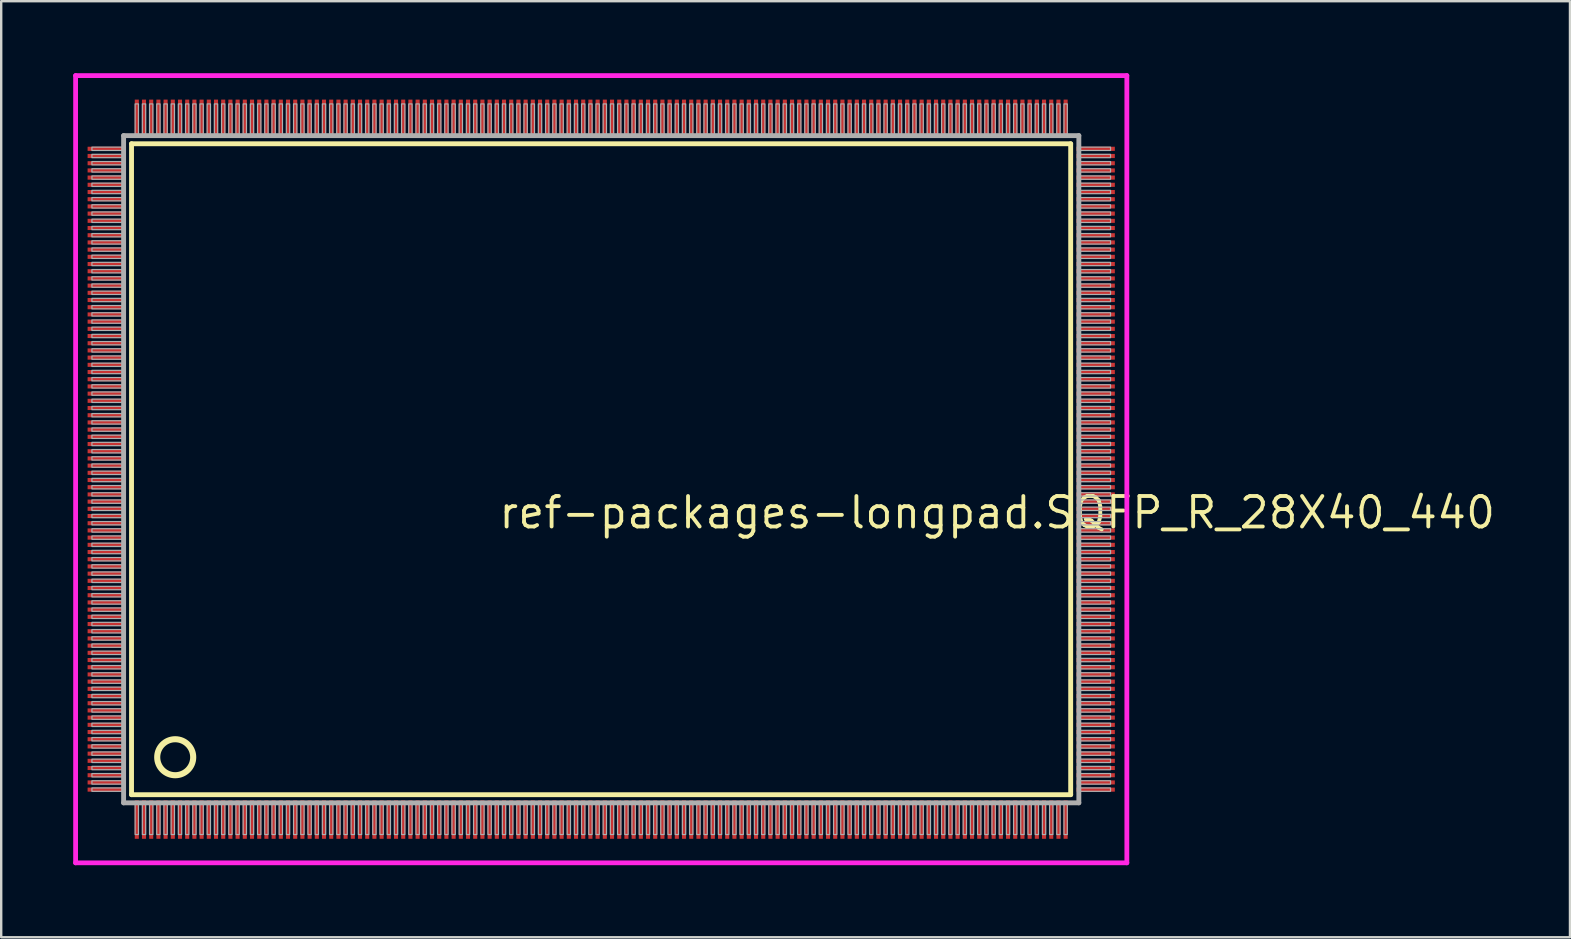
<source format=kicad_pcb>
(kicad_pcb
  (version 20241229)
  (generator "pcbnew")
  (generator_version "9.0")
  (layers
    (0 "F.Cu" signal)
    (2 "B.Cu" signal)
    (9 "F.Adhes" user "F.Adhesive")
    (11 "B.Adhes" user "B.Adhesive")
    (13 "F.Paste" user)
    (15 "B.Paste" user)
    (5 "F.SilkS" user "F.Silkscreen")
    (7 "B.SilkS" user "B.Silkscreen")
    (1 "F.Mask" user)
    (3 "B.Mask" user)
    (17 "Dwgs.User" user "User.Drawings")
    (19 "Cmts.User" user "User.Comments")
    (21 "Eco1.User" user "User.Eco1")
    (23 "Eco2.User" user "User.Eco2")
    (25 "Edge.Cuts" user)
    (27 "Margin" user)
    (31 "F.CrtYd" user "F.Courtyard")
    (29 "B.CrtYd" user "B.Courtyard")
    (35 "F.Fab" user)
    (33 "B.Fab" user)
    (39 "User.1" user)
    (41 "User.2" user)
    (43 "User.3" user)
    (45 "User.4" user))
  (footprint "ref-packages-longpad.SQFP_R_28X40_440"
    (layer "F.Cu")
    (at 22 16.5)
    (property "Reference" "ref-packages-longpad.SQFP_R_28X40_440" (at -4.35 2.55 0) (layer "F.SilkS") (effects (font (size 1.27 1.27) (thickness 0.16)) (justify left bottom)))
    (attr smd)
    (fp_line (start -19.57 -13.56) (end 19.56 -13.56) (stroke (width 0.203) (type default)) (layer "F.SilkS"))
    (fp_line (start -19.57 13.56) (end -19.57 -13.56) (stroke (width 0.203) (type default)) (layer "F.SilkS"))
    (fp_line (start 19.56 -13.56) (end 19.56 13.56) (stroke (width 0.203) (type default)) (layer "F.SilkS"))
    (fp_line (start 19.56 13.56) (end -19.57 13.56) (stroke (width 0.203) (type default)) (layer "F.SilkS"))
    (fp_circle (center -17.75 12) (end -17 12) (stroke (width 0.254) (type default)) (fill no) (layer "F.SilkS"))
    (fp_line (start -21.9 -16.4) (end 21.9 -16.4) (stroke (width 0.2) (type default)) (layer "F.CrtYd"))
    (fp_line (start -21.9 16.4) (end -21.9 -16.4) (stroke (width 0.2) (type default)) (layer "F.CrtYd"))
    (fp_line (start 21.9 -16.4) (end 21.9 16.4) (stroke (width 0.2) (type default)) (layer "F.CrtYd"))
    (fp_line (start 21.9 16.4) (end -21.9 16.4) (stroke (width 0.2) (type default)) (layer "F.CrtYd"))
    (fp_line (start -19.9 -13.9) (end -19.9 13.9) (stroke (width 0.203) (type default)) (layer "F.Fab"))
    (fp_line (start -19.9 13.9) (end 19.9 13.9) (stroke (width 0.203) (type default)) (layer "F.Fab"))
    (fp_line (start 19.9 -13.9) (end -19.9 -13.9) (stroke (width 0.203) (type default)) (layer "F.Fab"))
    (fp_line (start 19.9 13.9) (end 19.9 -13.9) (stroke (width 0.203) (type default)) (layer "F.Fab"))
    (fp_rect (start -21.22 -13.28) (end -19.95 -13.42) (stroke (width 0.05) (type default)) (fill no) (layer "F.Fab"))
    (fp_rect (start -21.22 -12.98) (end -19.95 -13.12) (stroke (width 0.05) (type default)) (fill no) (layer "F.Fab"))
    (fp_rect (start -21.22 -12.68) (end -19.95 -12.82) (stroke (width 0.05) (type default)) (fill no) (layer "F.Fab"))
    (fp_rect (start -21.22 -12.38) (end -19.95 -12.52) (stroke (width 0.05) (type default)) (fill no) (layer "F.Fab"))
    (fp_rect (start -21.22 -12.08) (end -19.95 -12.22) (stroke (width 0.05) (type default)) (fill no) (layer "F.Fab"))
    (fp_rect (start -21.22 -11.78) (end -19.95 -11.92) (stroke (width 0.05) (type default)) (fill no) (layer "F.Fab"))
    (fp_rect (start -21.22 -11.48) (end -19.95 -11.62) (stroke (width 0.05) (type default)) (fill no) (layer "F.Fab"))
    (fp_rect (start -21.22 -11.18) (end -19.95 -11.32) (stroke (width 0.05) (type default)) (fill no) (layer "F.Fab"))
    (fp_rect (start -21.22 -10.88) (end -19.95 -11.02) (stroke (width 0.05) (type default)) (fill no) (layer "F.Fab"))
    (fp_rect (start -21.22 -10.58) (end -19.95 -10.72) (stroke (width 0.05) (type default)) (fill no) (layer "F.Fab"))
    (fp_rect (start -21.22 -10.28) (end -19.95 -10.42) (stroke (width 0.05) (type default)) (fill no) (layer "F.Fab"))
    (fp_rect (start -21.22 -9.98) (end -19.95 -10.12) (stroke (width 0.05) (type default)) (fill no) (layer "F.Fab"))
    (fp_rect (start -21.22 -9.68) (end -19.95 -9.82) (stroke (width 0.05) (type default)) (fill no) (layer "F.Fab"))
    (fp_rect (start -21.22 -9.38) (end -19.95 -9.52) (stroke (width 0.05) (type default)) (fill no) (layer "F.Fab"))
    (fp_rect (start -21.22 -9.08) (end -19.95 -9.22) (stroke (width 0.05) (type default)) (fill no) (layer "F.Fab"))
    (fp_rect (start -21.22 -8.78) (end -19.95 -8.92) (stroke (width 0.05) (type default)) (fill no) (layer "F.Fab"))
    (fp_rect (start -21.22 -8.48) (end -19.95 -8.62) (stroke (width 0.05) (type default)) (fill no) (layer "F.Fab"))
    (fp_rect (start -21.22 -8.18) (end -19.95 -8.32) (stroke (width 0.05) (type default)) (fill no) (layer "F.Fab"))
    (fp_rect (start -21.22 -7.88) (end -19.95 -8.02) (stroke (width 0.05) (type default)) (fill no) (layer "F.Fab"))
    (fp_rect (start -21.22 -7.58) (end -19.95 -7.72) (stroke (width 0.05) (type default)) (fill no) (layer "F.Fab"))
    (fp_rect (start -21.22 -7.28) (end -19.95 -7.42) (stroke (width 0.05) (type default)) (fill no) (layer "F.Fab"))
    (fp_rect (start -21.22 -6.98) (end -19.95 -7.12) (stroke (width 0.05) (type default)) (fill no) (layer "F.Fab"))
    (fp_rect (start -21.22 -6.68) (end -19.95 -6.82) (stroke (width 0.05) (type default)) (fill no) (layer "F.Fab"))
    (fp_rect (start -21.22 -6.38) (end -19.95 -6.52) (stroke (width 0.05) (type default)) (fill no) (layer "F.Fab"))
    (fp_rect (start -21.22 -6.08) (end -19.95 -6.22) (stroke (width 0.05) (type default)) (fill no) (layer "F.Fab"))
    (fp_rect (start -21.22 -5.78) (end -19.95 -5.92) (stroke (width 0.05) (type default)) (fill no) (layer "F.Fab"))
    (fp_rect (start -21.22 -5.48) (end -19.95 -5.62) (stroke (width 0.05) (type default)) (fill no) (layer "F.Fab"))
    (fp_rect (start -21.22 -5.18) (end -19.95 -5.32) (stroke (width 0.05) (type default)) (fill no) (layer "F.Fab"))
    (fp_rect (start -21.22 -4.88) (end -19.95 -5.02) (stroke (width 0.05) (type default)) (fill no) (layer "F.Fab"))
    (fp_rect (start -21.22 -4.58) (end -19.95 -4.72) (stroke (width 0.05) (type default)) (fill no) (layer "F.Fab"))
    (fp_rect (start -21.22 -4.28) (end -19.95 -4.42) (stroke (width 0.05) (type default)) (fill no) (layer "F.Fab"))
    (fp_rect (start -21.22 -3.98) (end -19.95 -4.12) (stroke (width 0.05) (type default)) (fill no) (layer "F.Fab"))
    (fp_rect (start -21.22 -3.68) (end -19.95 -3.82) (stroke (width 0.05) (type default)) (fill no) (layer "F.Fab"))
    (fp_rect (start -21.22 -3.38) (end -19.95 -3.52) (stroke (width 0.05) (type default)) (fill no) (layer "F.Fab"))
    (fp_rect (start -21.22 -3.08) (end -19.95 -3.22) (stroke (width 0.05) (type default)) (fill no) (layer "F.Fab"))
    (fp_rect (start -21.22 -2.78) (end -19.95 -2.92) (stroke (width 0.05) (type default)) (fill no) (layer "F.Fab"))
    (fp_rect (start -21.22 -2.48) (end -19.95 -2.62) (stroke (width 0.05) (type default)) (fill no) (layer "F.Fab"))
    (fp_rect (start -21.22 -2.18) (end -19.95 -2.32) (stroke (width 0.05) (type default)) (fill no) (layer "F.Fab"))
    (fp_rect (start -21.22 -1.88) (end -19.95 -2.02) (stroke (width 0.05) (type default)) (fill no) (layer "F.Fab"))
    (fp_rect (start -21.22 -1.58) (end -19.95 -1.72) (stroke (width 0.05) (type default)) (fill no) (layer "F.Fab"))
    (fp_rect (start -21.22 -1.28) (end -19.95 -1.42) (stroke (width 0.05) (type default)) (fill no) (layer "F.Fab"))
    (fp_rect (start -21.22 -0.98) (end -19.95 -1.12) (stroke (width 0.05) (type default)) (fill no) (layer "F.Fab"))
    (fp_rect (start -21.22 -0.68) (end -19.95 -0.82) (stroke (width 0.05) (type default)) (fill no) (layer "F.Fab"))
    (fp_rect (start -21.22 -0.38) (end -19.95 -0.52) (stroke (width 0.05) (type default)) (fill no) (layer "F.Fab"))
    (fp_rect (start -21.22 -0.08) (end -19.95 -0.22) (stroke (width 0.05) (type default)) (fill no) (layer "F.Fab"))
    (fp_rect (start -21.22 0.22) (end -19.95 0.08) (stroke (width 0.05) (type default)) (fill no) (layer "F.Fab"))
    (fp_rect (start -21.22 0.52) (end -19.95 0.38) (stroke (width 0.05) (type default)) (fill no) (layer "F.Fab"))
    (fp_rect (start -21.22 0.82) (end -19.95 0.68) (stroke (width 0.05) (type default)) (fill no) (layer "F.Fab"))
    (fp_rect (start -21.22 1.12) (end -19.95 0.98) (stroke (width 0.05) (type default)) (fill no) (layer "F.Fab"))
    (fp_rect (start -21.22 1.42) (end -19.95 1.28) (stroke (width 0.05) (type default)) (fill no) (layer "F.Fab"))
    (fp_rect (start -21.22 1.72) (end -19.95 1.58) (stroke (width 0.05) (type default)) (fill no) (layer "F.Fab"))
    (fp_rect (start -21.22 2.02) (end -19.95 1.88) (stroke (width 0.05) (type default)) (fill no) (layer "F.Fab"))
    (fp_rect (start -21.22 2.32) (end -19.95 2.18) (stroke (width 0.05) (type default)) (fill no) (layer "F.Fab"))
    (fp_rect (start -21.22 2.62) (end -19.95 2.48) (stroke (width 0.05) (type default)) (fill no) (layer "F.Fab"))
    (fp_rect (start -21.22 2.92) (end -19.95 2.78) (stroke (width 0.05) (type default)) (fill no) (layer "F.Fab"))
    (fp_rect (start -21.22 3.22) (end -19.95 3.08) (stroke (width 0.05) (type default)) (fill no) (layer "F.Fab"))
    (fp_rect (start -21.22 3.52) (end -19.95 3.38) (stroke (width 0.05) (type default)) (fill no) (layer "F.Fab"))
    (fp_rect (start -21.22 3.82) (end -19.95 3.68) (stroke (width 0.05) (type default)) (fill no) (layer "F.Fab"))
    (fp_rect (start -21.22 4.12) (end -19.95 3.98) (stroke (width 0.05) (type default)) (fill no) (layer "F.Fab"))
    (fp_rect (start -21.22 4.42) (end -19.95 4.28) (stroke (width 0.05) (type default)) (fill no) (layer "F.Fab"))
    (fp_rect (start -21.22 4.72) (end -19.95 4.58) (stroke (width 0.05) (type default)) (fill no) (layer "F.Fab"))
    (fp_rect (start -21.22 5.02) (end -19.95 4.88) (stroke (width 0.05) (type default)) (fill no) (layer "F.Fab"))
    (fp_rect (start -21.22 5.32) (end -19.95 5.18) (stroke (width 0.05) (type default)) (fill no) (layer "F.Fab"))
    (fp_rect (start -21.22 5.62) (end -19.95 5.48) (stroke (width 0.05) (type default)) (fill no) (layer "F.Fab"))
    (fp_rect (start -21.22 5.92) (end -19.95 5.78) (stroke (width 0.05) (type default)) (fill no) (layer "F.Fab"))
    (fp_rect (start -21.22 6.22) (end -19.95 6.08) (stroke (width 0.05) (type default)) (fill no) (layer "F.Fab"))
    (fp_rect (start -21.22 6.52) (end -19.95 6.38) (stroke (width 0.05) (type default)) (fill no) (layer "F.Fab"))
    (fp_rect (start -21.22 6.82) (end -19.95 6.68) (stroke (width 0.05) (type default)) (fill no) (layer "F.Fab"))
    (fp_rect (start -21.22 7.12) (end -19.95 6.98) (stroke (width 0.05) (type default)) (fill no) (layer "F.Fab"))
    (fp_rect (start -21.22 7.42) (end -19.95 7.28) (stroke (width 0.05) (type default)) (fill no) (layer "F.Fab"))
    (fp_rect (start -21.22 7.72) (end -19.95 7.58) (stroke (width 0.05) (type default)) (fill no) (layer "F.Fab"))
    (fp_rect (start -21.22 8.02) (end -19.95 7.88) (stroke (width 0.05) (type default)) (fill no) (layer "F.Fab"))
    (fp_rect (start -21.22 8.32) (end -19.95 8.18) (stroke (width 0.05) (type default)) (fill no) (layer "F.Fab"))
    (fp_rect (start -21.22 8.62) (end -19.95 8.48) (stroke (width 0.05) (type default)) (fill no) (layer "F.Fab"))
    (fp_rect (start -21.22 8.92) (end -19.95 8.78) (stroke (width 0.05) (type default)) (fill no) (layer "F.Fab"))
    (fp_rect (start -21.22 9.22) (end -19.95 9.08) (stroke (width 0.05) (type default)) (fill no) (layer "F.Fab"))
    (fp_rect (start -21.22 9.52) (end -19.95 9.38) (stroke (width 0.05) (type default)) (fill no) (layer "F.Fab"))
    (fp_rect (start -21.22 9.82) (end -19.95 9.68) (stroke (width 0.05) (type default)) (fill no) (layer "F.Fab"))
    (fp_rect (start -21.22 10.12) (end -19.95 9.98) (stroke (width 0.05) (type default)) (fill no) (layer "F.Fab"))
    (fp_rect (start -21.22 10.42) (end -19.95 10.28) (stroke (width 0.05) (type default)) (fill no) (layer "F.Fab"))
    (fp_rect (start -21.22 10.72) (end -19.95 10.58) (stroke (width 0.05) (type default)) (fill no) (layer "F.Fab"))
    (fp_rect (start -21.22 11.02) (end -19.95 10.88) (stroke (width 0.05) (type default)) (fill no) (layer "F.Fab"))
    (fp_rect (start -21.22 11.32) (end -19.95 11.18) (stroke (width 0.05) (type default)) (fill no) (layer "F.Fab"))
    (fp_rect (start -21.22 11.62) (end -19.95 11.48) (stroke (width 0.05) (type default)) (fill no) (layer "F.Fab"))
    (fp_rect (start -21.22 11.92) (end -19.95 11.78) (stroke (width 0.05) (type default)) (fill no) (layer "F.Fab"))
    (fp_rect (start -21.22 12.22) (end -19.95 12.08) (stroke (width 0.05) (type default)) (fill no) (layer "F.Fab"))
    (fp_rect (start -21.22 12.52) (end -19.95 12.38) (stroke (width 0.05) (type default)) (fill no) (layer "F.Fab"))
    (fp_rect (start -21.22 12.82) (end -19.95 12.68) (stroke (width 0.05) (type default)) (fill no) (layer "F.Fab"))
    (fp_rect (start -21.22 13.12) (end -19.95 12.98) (stroke (width 0.05) (type default)) (fill no) (layer "F.Fab"))
    (fp_rect (start -21.22 13.42) (end -19.95 13.28) (stroke (width 0.05) (type default)) (fill no) (layer "F.Fab"))
    (fp_rect (start -19.42 -13.95) (end -19.28 -15.22) (stroke (width 0.05) (type default)) (fill no) (layer "F.Fab"))
    (fp_rect (start -19.42 15.22) (end -19.28 13.95) (stroke (width 0.05) (type default)) (fill no) (layer "F.Fab"))
    (fp_rect (start -19.12 -13.95) (end -18.98 -15.22) (stroke (width 0.05) (type default)) (fill no) (layer "F.Fab"))
    (fp_rect (start -19.12 15.22) (end -18.98 13.95) (stroke (width 0.05) (type default)) (fill no) (layer "F.Fab"))
    (fp_rect (start -18.82 -13.95) (end -18.68 -15.22) (stroke (width 0.05) (type default)) (fill no) (layer "F.Fab"))
    (fp_rect (start -18.82 15.22) (end -18.68 13.95) (stroke (width 0.05) (type default)) (fill no) (layer "F.Fab"))
    (fp_rect (start -18.52 -13.95) (end -18.38 -15.22) (stroke (width 0.05) (type default)) (fill no) (layer "F.Fab"))
    (fp_rect (start -18.52 15.22) (end -18.38 13.95) (stroke (width 0.05) (type default)) (fill no) (layer "F.Fab"))
    (fp_rect (start -18.22 -13.95) (end -18.08 -15.22) (stroke (width 0.05) (type default)) (fill no) (layer "F.Fab"))
    (fp_rect (start -18.22 15.22) (end -18.08 13.95) (stroke (width 0.05) (type default)) (fill no) (layer "F.Fab"))
    (fp_rect (start -17.92 -13.95) (end -17.78 -15.22) (stroke (width 0.05) (type default)) (fill no) (layer "F.Fab"))
    (fp_rect (start -17.92 15.22) (end -17.78 13.95) (stroke (width 0.05) (type default)) (fill no) (layer "F.Fab"))
    (fp_rect (start -17.62 -13.95) (end -17.48 -15.22) (stroke (width 0.05) (type default)) (fill no) (layer "F.Fab"))
    (fp_rect (start -17.62 15.22) (end -17.48 13.95) (stroke (width 0.05) (type default)) (fill no) (layer "F.Fab"))
    (fp_rect (start -17.32 -13.95) (end -17.18 -15.22) (stroke (width 0.05) (type default)) (fill no) (layer "F.Fab"))
    (fp_rect (start -17.32 15.22) (end -17.18 13.95) (stroke (width 0.05) (type default)) (fill no) (layer "F.Fab"))
    (fp_rect (start -17.02 -13.95) (end -16.88 -15.22) (stroke (width 0.05) (type default)) (fill no) (layer "F.Fab"))
    (fp_rect (start -17.02 15.22) (end -16.88 13.95) (stroke (width 0.05) (type default)) (fill no) (layer "F.Fab"))
    (fp_rect (start -16.72 -13.95) (end -16.58 -15.22) (stroke (width 0.05) (type default)) (fill no) (layer "F.Fab"))
    (fp_rect (start -16.72 15.22) (end -16.58 13.95) (stroke (width 0.05) (type default)) (fill no) (layer "F.Fab"))
    (fp_rect (start -16.42 -13.95) (end -16.28 -15.22) (stroke (width 0.05) (type default)) (fill no) (layer "F.Fab"))
    (fp_rect (start -16.42 15.22) (end -16.28 13.95) (stroke (width 0.05) (type default)) (fill no) (layer "F.Fab"))
    (fp_rect (start -16.12 -13.95) (end -15.98 -15.22) (stroke (width 0.05) (type default)) (fill no) (layer "F.Fab"))
    (fp_rect (start -16.12 15.22) (end -15.98 13.95) (stroke (width 0.05) (type default)) (fill no) (layer "F.Fab"))
    (fp_rect (start -15.82 -13.95) (end -15.68 -15.22) (stroke (width 0.05) (type default)) (fill no) (layer "F.Fab"))
    (fp_rect (start -15.82 15.22) (end -15.68 13.95) (stroke (width 0.05) (type default)) (fill no) (layer "F.Fab"))
    (fp_rect (start -15.52 -13.95) (end -15.38 -15.22) (stroke (width 0.05) (type default)) (fill no) (layer "F.Fab"))
    (fp_rect (start -15.52 15.22) (end -15.38 13.95) (stroke (width 0.05) (type default)) (fill no) (layer "F.Fab"))
    (fp_rect (start -15.22 -13.95) (end -15.08 -15.22) (stroke (width 0.05) (type default)) (fill no) (layer "F.Fab"))
    (fp_rect (start -15.22 15.22) (end -15.08 13.95) (stroke (width 0.05) (type default)) (fill no) (layer "F.Fab"))
    (fp_rect (start -14.92 -13.95) (end -14.78 -15.22) (stroke (width 0.05) (type default)) (fill no) (layer "F.Fab"))
    (fp_rect (start -14.92 15.22) (end -14.78 13.95) (stroke (width 0.05) (type default)) (fill no) (layer "F.Fab"))
    (fp_rect (start -14.62 -13.95) (end -14.48 -15.22) (stroke (width 0.05) (type default)) (fill no) (layer "F.Fab"))
    (fp_rect (start -14.62 15.22) (end -14.48 13.95) (stroke (width 0.05) (type default)) (fill no) (layer "F.Fab"))
    (fp_rect (start -14.32 -13.95) (end -14.18 -15.22) (stroke (width 0.05) (type default)) (fill no) (layer "F.Fab"))
    (fp_rect (start -14.32 15.22) (end -14.18 13.95) (stroke (width 0.05) (type default)) (fill no) (layer "F.Fab"))
    (fp_rect (start -14.02 -13.95) (end -13.88 -15.22) (stroke (width 0.05) (type default)) (fill no) (layer "F.Fab"))
    (fp_rect (start -14.02 15.22) (end -13.88 13.95) (stroke (width 0.05) (type default)) (fill no) (layer "F.Fab"))
    (fp_rect (start -13.72 -13.95) (end -13.58 -15.22) (stroke (width 0.05) (type default)) (fill no) (layer "F.Fab"))
    (fp_rect (start -13.72 15.22) (end -13.58 13.95) (stroke (width 0.05) (type default)) (fill no) (layer "F.Fab"))
    (fp_rect (start -13.42 -13.95) (end -13.28 -15.22) (stroke (width 0.05) (type default)) (fill no) (layer "F.Fab"))
    (fp_rect (start -13.42 15.22) (end -13.28 13.95) (stroke (width 0.05) (type default)) (fill no) (layer "F.Fab"))
    (fp_rect (start -13.12 -13.95) (end -12.98 -15.22) (stroke (width 0.05) (type default)) (fill no) (layer "F.Fab"))
    (fp_rect (start -13.12 15.22) (end -12.98 13.95) (stroke (width 0.05) (type default)) (fill no) (layer "F.Fab"))
    (fp_rect (start -12.82 -13.95) (end -12.68 -15.22) (stroke (width 0.05) (type default)) (fill no) (layer "F.Fab"))
    (fp_rect (start -12.82 15.22) (end -12.68 13.95) (stroke (width 0.05) (type default)) (fill no) (layer "F.Fab"))
    (fp_rect (start -12.52 -13.95) (end -12.38 -15.22) (stroke (width 0.05) (type default)) (fill no) (layer "F.Fab"))
    (fp_rect (start -12.52 15.22) (end -12.38 13.95) (stroke (width 0.05) (type default)) (fill no) (layer "F.Fab"))
    (fp_rect (start -12.22 -13.95) (end -12.08 -15.22) (stroke (width 0.05) (type default)) (fill no) (layer "F.Fab"))
    (fp_rect (start -12.22 15.22) (end -12.08 13.95) (stroke (width 0.05) (type default)) (fill no) (layer "F.Fab"))
    (fp_rect (start -11.92 -13.95) (end -11.78 -15.22) (stroke (width 0.05) (type default)) (fill no) (layer "F.Fab"))
    (fp_rect (start -11.92 15.22) (end -11.78 13.95) (stroke (width 0.05) (type default)) (fill no) (layer "F.Fab"))
    (fp_rect (start -11.62 -13.95) (end -11.48 -15.22) (stroke (width 0.05) (type default)) (fill no) (layer "F.Fab"))
    (fp_rect (start -11.62 15.22) (end -11.48 13.95) (stroke (width 0.05) (type default)) (fill no) (layer "F.Fab"))
    (fp_rect (start -11.32 -13.95) (end -11.18 -15.22) (stroke (width 0.05) (type default)) (fill no) (layer "F.Fab"))
    (fp_rect (start -11.32 15.22) (end -11.18 13.95) (stroke (width 0.05) (type default)) (fill no) (layer "F.Fab"))
    (fp_rect (start -11.02 -13.95) (end -10.88 -15.22) (stroke (width 0.05) (type default)) (fill no) (layer "F.Fab"))
    (fp_rect (start -11.02 15.22) (end -10.88 13.95) (stroke (width 0.05) (type default)) (fill no) (layer "F.Fab"))
    (fp_rect (start -10.72 -13.95) (end -10.58 -15.22) (stroke (width 0.05) (type default)) (fill no) (layer "F.Fab"))
    (fp_rect (start -10.72 15.22) (end -10.58 13.95) (stroke (width 0.05) (type default)) (fill no) (layer "F.Fab"))
    (fp_rect (start -10.42 -13.95) (end -10.28 -15.22) (stroke (width 0.05) (type default)) (fill no) (layer "F.Fab"))
    (fp_rect (start -10.42 15.22) (end -10.28 13.95) (stroke (width 0.05) (type default)) (fill no) (layer "F.Fab"))
    (fp_rect (start -10.12 -13.95) (end -9.98 -15.22) (stroke (width 0.05) (type default)) (fill no) (layer "F.Fab"))
    (fp_rect (start -10.12 15.22) (end -9.98 13.95) (stroke (width 0.05) (type default)) (fill no) (layer "F.Fab"))
    (fp_rect (start -9.82 -13.95) (end -9.68 -15.22) (stroke (width 0.05) (type default)) (fill no) (layer "F.Fab"))
    (fp_rect (start -9.82 15.22) (end -9.68 13.95) (stroke (width 0.05) (type default)) (fill no) (layer "F.Fab"))
    (fp_rect (start -9.52 -13.95) (end -9.38 -15.22) (stroke (width 0.05) (type default)) (fill no) (layer "F.Fab"))
    (fp_rect (start -9.52 15.22) (end -9.38 13.95) (stroke (width 0.05) (type default)) (fill no) (layer "F.Fab"))
    (fp_rect (start -9.22 -13.95) (end -9.08 -15.22) (stroke (width 0.05) (type default)) (fill no) (layer "F.Fab"))
    (fp_rect (start -9.22 15.22) (end -9.08 13.95) (stroke (width 0.05) (type default)) (fill no) (layer "F.Fab"))
    (fp_rect (start -8.92 -13.95) (end -8.78 -15.22) (stroke (width 0.05) (type default)) (fill no) (layer "F.Fab"))
    (fp_rect (start -8.92 15.22) (end -8.78 13.95) (stroke (width 0.05) (type default)) (fill no) (layer "F.Fab"))
    (fp_rect (start -8.62 -13.95) (end -8.48 -15.22) (stroke (width 0.05) (type default)) (fill no) (layer "F.Fab"))
    (fp_rect (start -8.62 15.22) (end -8.48 13.95) (stroke (width 0.05) (type default)) (fill no) (layer "F.Fab"))
    (fp_rect (start -8.32 -13.95) (end -8.18 -15.22) (stroke (width 0.05) (type default)) (fill no) (layer "F.Fab"))
    (fp_rect (start -8.32 15.22) (end -8.18 13.95) (stroke (width 0.05) (type default)) (fill no) (layer "F.Fab"))
    (fp_rect (start -8.02 -13.95) (end -7.88 -15.22) (stroke (width 0.05) (type default)) (fill no) (layer "F.Fab"))
    (fp_rect (start -8.02 15.22) (end -7.88 13.95) (stroke (width 0.05) (type default)) (fill no) (layer "F.Fab"))
    (fp_rect (start -7.72 -13.95) (end -7.58 -15.22) (stroke (width 0.05) (type default)) (fill no) (layer "F.Fab"))
    (fp_rect (start -7.72 15.22) (end -7.58 13.95) (stroke (width 0.05) (type default)) (fill no) (layer "F.Fab"))
    (fp_rect (start -7.42 -13.95) (end -7.28 -15.22) (stroke (width 0.05) (type default)) (fill no) (layer "F.Fab"))
    (fp_rect (start -7.42 15.22) (end -7.28 13.95) (stroke (width 0.05) (type default)) (fill no) (layer "F.Fab"))
    (fp_rect (start -7.12 -13.95) (end -6.98 -15.22) (stroke (width 0.05) (type default)) (fill no) (layer "F.Fab"))
    (fp_rect (start -7.12 15.22) (end -6.98 13.95) (stroke (width 0.05) (type default)) (fill no) (layer "F.Fab"))
    (fp_rect (start -6.82 -13.95) (end -6.68 -15.22) (stroke (width 0.05) (type default)) (fill no) (layer "F.Fab"))
    (fp_rect (start -6.82 15.22) (end -6.68 13.95) (stroke (width 0.05) (type default)) (fill no) (layer "F.Fab"))
    (fp_rect (start -6.52 -13.95) (end -6.38 -15.22) (stroke (width 0.05) (type default)) (fill no) (layer "F.Fab"))
    (fp_rect (start -6.52 15.22) (end -6.38 13.95) (stroke (width 0.05) (type default)) (fill no) (layer "F.Fab"))
    (fp_rect (start -6.22 -13.95) (end -6.08 -15.22) (stroke (width 0.05) (type default)) (fill no) (layer "F.Fab"))
    (fp_rect (start -6.22 15.22) (end -6.08 13.95) (stroke (width 0.05) (type default)) (fill no) (layer "F.Fab"))
    (fp_rect (start -5.92 -13.95) (end -5.78 -15.22) (stroke (width 0.05) (type default)) (fill no) (layer "F.Fab"))
    (fp_rect (start -5.92 15.22) (end -5.78 13.95) (stroke (width 0.05) (type default)) (fill no) (layer "F.Fab"))
    (fp_rect (start -5.62 -13.95) (end -5.48 -15.22) (stroke (width 0.05) (type default)) (fill no) (layer "F.Fab"))
    (fp_rect (start -5.62 15.22) (end -5.48 13.95) (stroke (width 0.05) (type default)) (fill no) (layer "F.Fab"))
    (fp_rect (start -5.32 -13.95) (end -5.18 -15.22) (stroke (width 0.05) (type default)) (fill no) (layer "F.Fab"))
    (fp_rect (start -5.32 15.22) (end -5.18 13.95) (stroke (width 0.05) (type default)) (fill no) (layer "F.Fab"))
    (fp_rect (start -5.02 -13.95) (end -4.88 -15.22) (stroke (width 0.05) (type default)) (fill no) (layer "F.Fab"))
    (fp_rect (start -5.02 15.22) (end -4.88 13.95) (stroke (width 0.05) (type default)) (fill no) (layer "F.Fab"))
    (fp_rect (start -4.72 -13.95) (end -4.58 -15.22) (stroke (width 0.05) (type default)) (fill no) (layer "F.Fab"))
    (fp_rect (start -4.72 15.22) (end -4.58 13.95) (stroke (width 0.05) (type default)) (fill no) (layer "F.Fab"))
    (fp_rect (start -4.42 -13.95) (end -4.28 -15.22) (stroke (width 0.05) (type default)) (fill no) (layer "F.Fab"))
    (fp_rect (start -4.42 15.22) (end -4.28 13.95) (stroke (width 0.05) (type default)) (fill no) (layer "F.Fab"))
    (fp_rect (start -4.12 -13.95) (end -3.98 -15.22) (stroke (width 0.05) (type default)) (fill no) (layer "F.Fab"))
    (fp_rect (start -4.12 15.22) (end -3.98 13.95) (stroke (width 0.05) (type default)) (fill no) (layer "F.Fab"))
    (fp_rect (start -3.82 -13.95) (end -3.68 -15.22) (stroke (width 0.05) (type default)) (fill no) (layer "F.Fab"))
    (fp_rect (start -3.82 15.22) (end -3.68 13.95) (stroke (width 0.05) (type default)) (fill no) (layer "F.Fab"))
    (fp_rect (start -3.52 -13.95) (end -3.38 -15.22) (stroke (width 0.05) (type default)) (fill no) (layer "F.Fab"))
    (fp_rect (start -3.52 15.22) (end -3.38 13.95) (stroke (width 0.05) (type default)) (fill no) (layer "F.Fab"))
    (fp_rect (start -3.22 -13.95) (end -3.08 -15.22) (stroke (width 0.05) (type default)) (fill no) (layer "F.Fab"))
    (fp_rect (start -3.22 15.22) (end -3.08 13.95) (stroke (width 0.05) (type default)) (fill no) (layer "F.Fab"))
    (fp_rect (start -2.92 -13.95) (end -2.78 -15.22) (stroke (width 0.05) (type default)) (fill no) (layer "F.Fab"))
    (fp_rect (start -2.92 15.22) (end -2.78 13.95) (stroke (width 0.05) (type default)) (fill no) (layer "F.Fab"))
    (fp_rect (start -2.62 -13.95) (end -2.48 -15.22) (stroke (width 0.05) (type default)) (fill no) (layer "F.Fab"))
    (fp_rect (start -2.62 15.22) (end -2.48 13.95) (stroke (width 0.05) (type default)) (fill no) (layer "F.Fab"))
    (fp_rect (start -2.32 -13.95) (end -2.18 -15.22) (stroke (width 0.05) (type default)) (fill no) (layer "F.Fab"))
    (fp_rect (start -2.32 15.22) (end -2.18 13.95) (stroke (width 0.05) (type default)) (fill no) (layer "F.Fab"))
    (fp_rect (start -2.02 -13.95) (end -1.88 -15.22) (stroke (width 0.05) (type default)) (fill no) (layer "F.Fab"))
    (fp_rect (start -2.02 15.22) (end -1.88 13.95) (stroke (width 0.05) (type default)) (fill no) (layer "F.Fab"))
    (fp_rect (start -1.72 -13.95) (end -1.58 -15.22) (stroke (width 0.05) (type default)) (fill no) (layer "F.Fab"))
    (fp_rect (start -1.72 15.22) (end -1.58 13.95) (stroke (width 0.05) (type default)) (fill no) (layer "F.Fab"))
    (fp_rect (start -1.42 -13.95) (end -1.28 -15.22) (stroke (width 0.05) (type default)) (fill no) (layer "F.Fab"))
    (fp_rect (start -1.42 15.22) (end -1.28 13.95) (stroke (width 0.05) (type default)) (fill no) (layer "F.Fab"))
    (fp_rect (start -1.12 -13.95) (end -0.98 -15.22) (stroke (width 0.05) (type default)) (fill no) (layer "F.Fab"))
    (fp_rect (start -1.12 15.22) (end -0.98 13.95) (stroke (width 0.05) (type default)) (fill no) (layer "F.Fab"))
    (fp_rect (start -0.82 -13.95) (end -0.68 -15.22) (stroke (width 0.05) (type default)) (fill no) (layer "F.Fab"))
    (fp_rect (start -0.82 15.22) (end -0.68 13.95) (stroke (width 0.05) (type default)) (fill no) (layer "F.Fab"))
    (fp_rect (start -0.52 -13.95) (end -0.38 -15.22) (stroke (width 0.05) (type default)) (fill no) (layer "F.Fab"))
    (fp_rect (start -0.52 15.22) (end -0.38 13.95) (stroke (width 0.05) (type default)) (fill no) (layer "F.Fab"))
    (fp_rect (start -0.22 -13.95) (end -0.08 -15.22) (stroke (width 0.05) (type default)) (fill no) (layer "F.Fab"))
    (fp_rect (start -0.22 15.22) (end -0.08 13.95) (stroke (width 0.05) (type default)) (fill no) (layer "F.Fab"))
    (fp_rect (start 0.08 -13.95) (end 0.22 -15.22) (stroke (width 0.05) (type default)) (fill no) (layer "F.Fab"))
    (fp_rect (start 0.08 15.22) (end 0.22 13.95) (stroke (width 0.05) (type default)) (fill no) (layer "F.Fab"))
    (fp_rect (start 0.38 -13.95) (end 0.52 -15.22) (stroke (width 0.05) (type default)) (fill no) (layer "F.Fab"))
    (fp_rect (start 0.38 15.22) (end 0.52 13.95) (stroke (width 0.05) (type default)) (fill no) (layer "F.Fab"))
    (fp_rect (start 0.68 -13.95) (end 0.82 -15.22) (stroke (width 0.05) (type default)) (fill no) (layer "F.Fab"))
    (fp_rect (start 0.68 15.22) (end 0.82 13.95) (stroke (width 0.05) (type default)) (fill no) (layer "F.Fab"))
    (fp_rect (start 0.98 -13.95) (end 1.12 -15.22) (stroke (width 0.05) (type default)) (fill no) (layer "F.Fab"))
    (fp_rect (start 0.98 15.22) (end 1.12 13.95) (stroke (width 0.05) (type default)) (fill no) (layer "F.Fab"))
    (fp_rect (start 1.28 -13.95) (end 1.42 -15.22) (stroke (width 0.05) (type default)) (fill no) (layer "F.Fab"))
    (fp_rect (start 1.28 15.22) (end 1.42 13.95) (stroke (width 0.05) (type default)) (fill no) (layer "F.Fab"))
    (fp_rect (start 1.58 -13.95) (end 1.72 -15.22) (stroke (width 0.05) (type default)) (fill no) (layer "F.Fab"))
    (fp_rect (start 1.58 15.22) (end 1.72 13.95) (stroke (width 0.05) (type default)) (fill no) (layer "F.Fab"))
    (fp_rect (start 1.88 -13.95) (end 2.02 -15.22) (stroke (width 0.05) (type default)) (fill no) (layer "F.Fab"))
    (fp_rect (start 1.88 15.22) (end 2.02 13.95) (stroke (width 0.05) (type default)) (fill no) (layer "F.Fab"))
    (fp_rect (start 2.18 -13.95) (end 2.32 -15.22) (stroke (width 0.05) (type default)) (fill no) (layer "F.Fab"))
    (fp_rect (start 2.18 15.22) (end 2.32 13.95) (stroke (width 0.05) (type default)) (fill no) (layer "F.Fab"))
    (fp_rect (start 2.48 -13.95) (end 2.62 -15.22) (stroke (width 0.05) (type default)) (fill no) (layer "F.Fab"))
    (fp_rect (start 2.48 15.22) (end 2.62 13.95) (stroke (width 0.05) (type default)) (fill no) (layer "F.Fab"))
    (fp_rect (start 2.78 -13.95) (end 2.92 -15.22) (stroke (width 0.05) (type default)) (fill no) (layer "F.Fab"))
    (fp_rect (start 2.78 15.22) (end 2.92 13.95) (stroke (width 0.05) (type default)) (fill no) (layer "F.Fab"))
    (fp_rect (start 3.08 -13.95) (end 3.22 -15.22) (stroke (width 0.05) (type default)) (fill no) (layer "F.Fab"))
    (fp_rect (start 3.08 15.22) (end 3.22 13.95) (stroke (width 0.05) (type default)) (fill no) (layer "F.Fab"))
    (fp_rect (start 3.38 -13.95) (end 3.52 -15.22) (stroke (width 0.05) (type default)) (fill no) (layer "F.Fab"))
    (fp_rect (start 3.38 15.22) (end 3.52 13.95) (stroke (width 0.05) (type default)) (fill no) (layer "F.Fab"))
    (fp_rect (start 3.68 -13.95) (end 3.82 -15.22) (stroke (width 0.05) (type default)) (fill no) (layer "F.Fab"))
    (fp_rect (start 3.68 15.22) (end 3.82 13.95) (stroke (width 0.05) (type default)) (fill no) (layer "F.Fab"))
    (fp_rect (start 3.98 -13.95) (end 4.12 -15.22) (stroke (width 0.05) (type default)) (fill no) (layer "F.Fab"))
    (fp_rect (start 3.98 15.22) (end 4.12 13.95) (stroke (width 0.05) (type default)) (fill no) (layer "F.Fab"))
    (fp_rect (start 4.28 -13.95) (end 4.42 -15.22) (stroke (width 0.05) (type default)) (fill no) (layer "F.Fab"))
    (fp_rect (start 4.28 15.22) (end 4.42 13.95) (stroke (width 0.05) (type default)) (fill no) (layer "F.Fab"))
    (fp_rect (start 4.58 -13.95) (end 4.72 -15.22) (stroke (width 0.05) (type default)) (fill no) (layer "F.Fab"))
    (fp_rect (start 4.58 15.22) (end 4.72 13.95) (stroke (width 0.05) (type default)) (fill no) (layer "F.Fab"))
    (fp_rect (start 4.88 -13.95) (end 5.02 -15.22) (stroke (width 0.05) (type default)) (fill no) (layer "F.Fab"))
    (fp_rect (start 4.88 15.22) (end 5.02 13.95) (stroke (width 0.05) (type default)) (fill no) (layer "F.Fab"))
    (fp_rect (start 5.18 -13.95) (end 5.32 -15.22) (stroke (width 0.05) (type default)) (fill no) (layer "F.Fab"))
    (fp_rect (start 5.18 15.22) (end 5.32 13.95) (stroke (width 0.05) (type default)) (fill no) (layer "F.Fab"))
    (fp_rect (start 5.48 -13.95) (end 5.62 -15.22) (stroke (width 0.05) (type default)) (fill no) (layer "F.Fab"))
    (fp_rect (start 5.48 15.22) (end 5.62 13.95) (stroke (width 0.05) (type default)) (fill no) (layer "F.Fab"))
    (fp_rect (start 5.78 -13.95) (end 5.92 -15.22) (stroke (width 0.05) (type default)) (fill no) (layer "F.Fab"))
    (fp_rect (start 5.78 15.22) (end 5.92 13.95) (stroke (width 0.05) (type default)) (fill no) (layer "F.Fab"))
    (fp_rect (start 6.08 -13.95) (end 6.22 -15.22) (stroke (width 0.05) (type default)) (fill no) (layer "F.Fab"))
    (fp_rect (start 6.08 15.22) (end 6.22 13.95) (stroke (width 0.05) (type default)) (fill no) (layer "F.Fab"))
    (fp_rect (start 6.38 -13.95) (end 6.52 -15.22) (stroke (width 0.05) (type default)) (fill no) (layer "F.Fab"))
    (fp_rect (start 6.38 15.22) (end 6.52 13.95) (stroke (width 0.05) (type default)) (fill no) (layer "F.Fab"))
    (fp_rect (start 6.68 -13.95) (end 6.82 -15.22) (stroke (width 0.05) (type default)) (fill no) (layer "F.Fab"))
    (fp_rect (start 6.68 15.22) (end 6.82 13.95) (stroke (width 0.05) (type default)) (fill no) (layer "F.Fab"))
    (fp_rect (start 6.98 -13.95) (end 7.12 -15.22) (stroke (width 0.05) (type default)) (fill no) (layer "F.Fab"))
    (fp_rect (start 6.98 15.22) (end 7.12 13.95) (stroke (width 0.05) (type default)) (fill no) (layer "F.Fab"))
    (fp_rect (start 7.28 -13.95) (end 7.42 -15.22) (stroke (width 0.05) (type default)) (fill no) (layer "F.Fab"))
    (fp_rect (start 7.28 15.22) (end 7.42 13.95) (stroke (width 0.05) (type default)) (fill no) (layer "F.Fab"))
    (fp_rect (start 7.58 -13.95) (end 7.72 -15.22) (stroke (width 0.05) (type default)) (fill no) (layer "F.Fab"))
    (fp_rect (start 7.58 15.22) (end 7.72 13.95) (stroke (width 0.05) (type default)) (fill no) (layer "F.Fab"))
    (fp_rect (start 7.88 -13.95) (end 8.02 -15.22) (stroke (width 0.05) (type default)) (fill no) (layer "F.Fab"))
    (fp_rect (start 7.88 15.22) (end 8.02 13.95) (stroke (width 0.05) (type default)) (fill no) (layer "F.Fab"))
    (fp_rect (start 8.18 -13.95) (end 8.32 -15.22) (stroke (width 0.05) (type default)) (fill no) (layer "F.Fab"))
    (fp_rect (start 8.18 15.22) (end 8.32 13.95) (stroke (width 0.05) (type default)) (fill no) (layer "F.Fab"))
    (fp_rect (start 8.48 -13.95) (end 8.62 -15.22) (stroke (width 0.05) (type default)) (fill no) (layer "F.Fab"))
    (fp_rect (start 8.48 15.22) (end 8.62 13.95) (stroke (width 0.05) (type default)) (fill no) (layer "F.Fab"))
    (fp_rect (start 8.78 -13.95) (end 8.92 -15.22) (stroke (width 0.05) (type default)) (fill no) (layer "F.Fab"))
    (fp_rect (start 8.78 15.22) (end 8.92 13.95) (stroke (width 0.05) (type default)) (fill no) (layer "F.Fab"))
    (fp_rect (start 9.08 -13.95) (end 9.22 -15.22) (stroke (width 0.05) (type default)) (fill no) (layer "F.Fab"))
    (fp_rect (start 9.08 15.22) (end 9.22 13.95) (stroke (width 0.05) (type default)) (fill no) (layer "F.Fab"))
    (fp_rect (start 9.38 -13.95) (end 9.52 -15.22) (stroke (width 0.05) (type default)) (fill no) (layer "F.Fab"))
    (fp_rect (start 9.38 15.22) (end 9.52 13.95) (stroke (width 0.05) (type default)) (fill no) (layer "F.Fab"))
    (fp_rect (start 9.68 -13.95) (end 9.82 -15.22) (stroke (width 0.05) (type default)) (fill no) (layer "F.Fab"))
    (fp_rect (start 9.68 15.22) (end 9.82 13.95) (stroke (width 0.05) (type default)) (fill no) (layer "F.Fab"))
    (fp_rect (start 9.98 -13.95) (end 10.12 -15.22) (stroke (width 0.05) (type default)) (fill no) (layer "F.Fab"))
    (fp_rect (start 9.98 15.22) (end 10.12 13.95) (stroke (width 0.05) (type default)) (fill no) (layer "F.Fab"))
    (fp_rect (start 10.28 -13.95) (end 10.42 -15.22) (stroke (width 0.05) (type default)) (fill no) (layer "F.Fab"))
    (fp_rect (start 10.28 15.22) (end 10.42 13.95) (stroke (width 0.05) (type default)) (fill no) (layer "F.Fab"))
    (fp_rect (start 10.58 -13.95) (end 10.72 -15.22) (stroke (width 0.05) (type default)) (fill no) (layer "F.Fab"))
    (fp_rect (start 10.58 15.22) (end 10.72 13.95) (stroke (width 0.05) (type default)) (fill no) (layer "F.Fab"))
    (fp_rect (start 10.88 -13.95) (end 11.02 -15.22) (stroke (width 0.05) (type default)) (fill no) (layer "F.Fab"))
    (fp_rect (start 10.88 15.22) (end 11.02 13.95) (stroke (width 0.05) (type default)) (fill no) (layer "F.Fab"))
    (fp_rect (start 11.18 -13.95) (end 11.32 -15.22) (stroke (width 0.05) (type default)) (fill no) (layer "F.Fab"))
    (fp_rect (start 11.18 15.22) (end 11.32 13.95) (stroke (width 0.05) (type default)) (fill no) (layer "F.Fab"))
    (fp_rect (start 11.48 -13.95) (end 11.62 -15.22) (stroke (width 0.05) (type default)) (fill no) (layer "F.Fab"))
    (fp_rect (start 11.48 15.22) (end 11.62 13.95) (stroke (width 0.05) (type default)) (fill no) (layer "F.Fab"))
    (fp_rect (start 11.78 -13.95) (end 11.92 -15.22) (stroke (width 0.05) (type default)) (fill no) (layer "F.Fab"))
    (fp_rect (start 11.78 15.22) (end 11.92 13.95) (stroke (width 0.05) (type default)) (fill no) (layer "F.Fab"))
    (fp_rect (start 12.08 -13.95) (end 12.22 -15.22) (stroke (width 0.05) (type default)) (fill no) (layer "F.Fab"))
    (fp_rect (start 12.08 15.22) (end 12.22 13.95) (stroke (width 0.05) (type default)) (fill no) (layer "F.Fab"))
    (fp_rect (start 12.38 -13.95) (end 12.52 -15.22) (stroke (width 0.05) (type default)) (fill no) (layer "F.Fab"))
    (fp_rect (start 12.38 15.22) (end 12.52 13.95) (stroke (width 0.05) (type default)) (fill no) (layer "F.Fab"))
    (fp_rect (start 12.68 -13.95) (end 12.82 -15.22) (stroke (width 0.05) (type default)) (fill no) (layer "F.Fab"))
    (fp_rect (start 12.68 15.22) (end 12.82 13.95) (stroke (width 0.05) (type default)) (fill no) (layer "F.Fab"))
    (fp_rect (start 12.98 -13.95) (end 13.12 -15.22) (stroke (width 0.05) (type default)) (fill no) (layer "F.Fab"))
    (fp_rect (start 12.98 15.22) (end 13.12 13.95) (stroke (width 0.05) (type default)) (fill no) (layer "F.Fab"))
    (fp_rect (start 13.28 -13.95) (end 13.42 -15.22) (stroke (width 0.05) (type default)) (fill no) (layer "F.Fab"))
    (fp_rect (start 13.28 15.22) (end 13.42 13.95) (stroke (width 0.05) (type default)) (fill no) (layer "F.Fab"))
    (fp_rect (start 13.58 -13.95) (end 13.72 -15.22) (stroke (width 0.05) (type default)) (fill no) (layer "F.Fab"))
    (fp_rect (start 13.58 15.22) (end 13.72 13.95) (stroke (width 0.05) (type default)) (fill no) (layer "F.Fab"))
    (fp_rect (start 13.88 -13.95) (end 14.02 -15.22) (stroke (width 0.05) (type default)) (fill no) (layer "F.Fab"))
    (fp_rect (start 13.88 15.22) (end 14.02 13.95) (stroke (width 0.05) (type default)) (fill no) (layer "F.Fab"))
    (fp_rect (start 14.18 -13.95) (end 14.32 -15.22) (stroke (width 0.05) (type default)) (fill no) (layer "F.Fab"))
    (fp_rect (start 14.18 15.22) (end 14.32 13.95) (stroke (width 0.05) (type default)) (fill no) (layer "F.Fab"))
    (fp_rect (start 14.48 -13.95) (end 14.62 -15.22) (stroke (width 0.05) (type default)) (fill no) (layer "F.Fab"))
    (fp_rect (start 14.48 15.22) (end 14.62 13.95) (stroke (width 0.05) (type default)) (fill no) (layer "F.Fab"))
    (fp_rect (start 14.78 -13.95) (end 14.92 -15.22) (stroke (width 0.05) (type default)) (fill no) (layer "F.Fab"))
    (fp_rect (start 14.78 15.22) (end 14.92 13.95) (stroke (width 0.05) (type default)) (fill no) (layer "F.Fab"))
    (fp_rect (start 15.08 -13.95) (end 15.22 -15.22) (stroke (width 0.05) (type default)) (fill no) (layer "F.Fab"))
    (fp_rect (start 15.08 15.22) (end 15.22 13.95) (stroke (width 0.05) (type default)) (fill no) (layer "F.Fab"))
    (fp_rect (start 15.38 -13.95) (end 15.52 -15.22) (stroke (width 0.05) (type default)) (fill no) (layer "F.Fab"))
    (fp_rect (start 15.38 15.22) (end 15.52 13.95) (stroke (width 0.05) (type default)) (fill no) (layer "F.Fab"))
    (fp_rect (start 15.68 -13.95) (end 15.82 -15.22) (stroke (width 0.05) (type default)) (fill no) (layer "F.Fab"))
    (fp_rect (start 15.68 15.22) (end 15.82 13.95) (stroke (width 0.05) (type default)) (fill no) (layer "F.Fab"))
    (fp_rect (start 15.98 -13.95) (end 16.12 -15.22) (stroke (width 0.05) (type default)) (fill no) (layer "F.Fab"))
    (fp_rect (start 15.98 15.22) (end 16.12 13.95) (stroke (width 0.05) (type default)) (fill no) (layer "F.Fab"))
    (fp_rect (start 16.28 -13.95) (end 16.42 -15.22) (stroke (width 0.05) (type default)) (fill no) (layer "F.Fab"))
    (fp_rect (start 16.28 15.22) (end 16.42 13.95) (stroke (width 0.05) (type default)) (fill no) (layer "F.Fab"))
    (fp_rect (start 16.58 -13.95) (end 16.72 -15.22) (stroke (width 0.05) (type default)) (fill no) (layer "F.Fab"))
    (fp_rect (start 16.58 15.22) (end 16.72 13.95) (stroke (width 0.05) (type default)) (fill no) (layer "F.Fab"))
    (fp_rect (start 16.88 -13.95) (end 17.02 -15.22) (stroke (width 0.05) (type default)) (fill no) (layer "F.Fab"))
    (fp_rect (start 16.88 15.22) (end 17.02 13.95) (stroke (width 0.05) (type default)) (fill no) (layer "F.Fab"))
    (fp_rect (start 17.18 -13.95) (end 17.32 -15.22) (stroke (width 0.05) (type default)) (fill no) (layer "F.Fab"))
    (fp_rect (start 17.18 15.22) (end 17.32 13.95) (stroke (width 0.05) (type default)) (fill no) (layer "F.Fab"))
    (fp_rect (start 17.48 -13.95) (end 17.62 -15.22) (stroke (width 0.05) (type default)) (fill no) (layer "F.Fab"))
    (fp_rect (start 17.48 15.22) (end 17.62 13.95) (stroke (width 0.05) (type default)) (fill no) (layer "F.Fab"))
    (fp_rect (start 17.78 -13.95) (end 17.92 -15.22) (stroke (width 0.05) (type default)) (fill no) (layer "F.Fab"))
    (fp_rect (start 17.78 15.22) (end 17.92 13.95) (stroke (width 0.05) (type default)) (fill no) (layer "F.Fab"))
    (fp_rect (start 18.08 -13.95) (end 18.22 -15.22) (stroke (width 0.05) (type default)) (fill no) (layer "F.Fab"))
    (fp_rect (start 18.08 15.22) (end 18.22 13.95) (stroke (width 0.05) (type default)) (fill no) (layer "F.Fab"))
    (fp_rect (start 18.38 -13.95) (end 18.52 -15.22) (stroke (width 0.05) (type default)) (fill no) (layer "F.Fab"))
    (fp_rect (start 18.38 15.22) (end 18.52 13.95) (stroke (width 0.05) (type default)) (fill no) (layer "F.Fab"))
    (fp_rect (start 18.68 -13.95) (end 18.82 -15.22) (stroke (width 0.05) (type default)) (fill no) (layer "F.Fab"))
    (fp_rect (start 18.68 15.22) (end 18.82 13.95) (stroke (width 0.05) (type default)) (fill no) (layer "F.Fab"))
    (fp_rect (start 18.98 -13.95) (end 19.12 -15.22) (stroke (width 0.05) (type default)) (fill no) (layer "F.Fab"))
    (fp_rect (start 18.98 15.22) (end 19.12 13.95) (stroke (width 0.05) (type default)) (fill no) (layer "F.Fab"))
    (fp_rect (start 19.28 -13.95) (end 19.42 -15.22) (stroke (width 0.05) (type default)) (fill no) (layer "F.Fab"))
    (fp_rect (start 19.28 15.22) (end 19.42 13.95) (stroke (width 0.05) (type default)) (fill no) (layer "F.Fab"))
    (fp_rect (start 19.95 -13.28) (end 21.22 -13.42) (stroke (width 0.05) (type default)) (fill no) (layer "F.Fab"))
    (fp_rect (start 19.95 -12.98) (end 21.22 -13.12) (stroke (width 0.05) (type default)) (fill no) (layer "F.Fab"))
    (fp_rect (start 19.95 -12.68) (end 21.22 -12.82) (stroke (width 0.05) (type default)) (fill no) (layer "F.Fab"))
    (fp_rect (start 19.95 -12.38) (end 21.22 -12.52) (stroke (width 0.05) (type default)) (fill no) (layer "F.Fab"))
    (fp_rect (start 19.95 -12.08) (end 21.22 -12.22) (stroke (width 0.05) (type default)) (fill no) (layer "F.Fab"))
    (fp_rect (start 19.95 -11.78) (end 21.22 -11.92) (stroke (width 0.05) (type default)) (fill no) (layer "F.Fab"))
    (fp_rect (start 19.95 -11.48) (end 21.22 -11.62) (stroke (width 0.05) (type default)) (fill no) (layer "F.Fab"))
    (fp_rect (start 19.95 -11.18) (end 21.22 -11.32) (stroke (width 0.05) (type default)) (fill no) (layer "F.Fab"))
    (fp_rect (start 19.95 -10.88) (end 21.22 -11.02) (stroke (width 0.05) (type default)) (fill no) (layer "F.Fab"))
    (fp_rect (start 19.95 -10.58) (end 21.22 -10.72) (stroke (width 0.05) (type default)) (fill no) (layer "F.Fab"))
    (fp_rect (start 19.95 -10.28) (end 21.22 -10.42) (stroke (width 0.05) (type default)) (fill no) (layer "F.Fab"))
    (fp_rect (start 19.95 -9.98) (end 21.22 -10.12) (stroke (width 0.05) (type default)) (fill no) (layer "F.Fab"))
    (fp_rect (start 19.95 -9.68) (end 21.22 -9.82) (stroke (width 0.05) (type default)) (fill no) (layer "F.Fab"))
    (fp_rect (start 19.95 -9.38) (end 21.22 -9.52) (stroke (width 0.05) (type default)) (fill no) (layer "F.Fab"))
    (fp_rect (start 19.95 -9.08) (end 21.22 -9.22) (stroke (width 0.05) (type default)) (fill no) (layer "F.Fab"))
    (fp_rect (start 19.95 -8.78) (end 21.22 -8.92) (stroke (width 0.05) (type default)) (fill no) (layer "F.Fab"))
    (fp_rect (start 19.95 -8.48) (end 21.22 -8.62) (stroke (width 0.05) (type default)) (fill no) (layer "F.Fab"))
    (fp_rect (start 19.95 -8.18) (end 21.22 -8.32) (stroke (width 0.05) (type default)) (fill no) (layer "F.Fab"))
    (fp_rect (start 19.95 -7.88) (end 21.22 -8.02) (stroke (width 0.05) (type default)) (fill no) (layer "F.Fab"))
    (fp_rect (start 19.95 -7.58) (end 21.22 -7.72) (stroke (width 0.05) (type default)) (fill no) (layer "F.Fab"))
    (fp_rect (start 19.95 -7.28) (end 21.22 -7.42) (stroke (width 0.05) (type default)) (fill no) (layer "F.Fab"))
    (fp_rect (start 19.95 -6.98) (end 21.22 -7.12) (stroke (width 0.05) (type default)) (fill no) (layer "F.Fab"))
    (fp_rect (start 19.95 -6.68) (end 21.22 -6.82) (stroke (width 0.05) (type default)) (fill no) (layer "F.Fab"))
    (fp_rect (start 19.95 -6.38) (end 21.22 -6.52) (stroke (width 0.05) (type default)) (fill no) (layer "F.Fab"))
    (fp_rect (start 19.95 -6.08) (end 21.22 -6.22) (stroke (width 0.05) (type default)) (fill no) (layer "F.Fab"))
    (fp_rect (start 19.95 -5.78) (end 21.22 -5.92) (stroke (width 0.05) (type default)) (fill no) (layer "F.Fab"))
    (fp_rect (start 19.95 -5.48) (end 21.22 -5.62) (stroke (width 0.05) (type default)) (fill no) (layer "F.Fab"))
    (fp_rect (start 19.95 -5.18) (end 21.22 -5.32) (stroke (width 0.05) (type default)) (fill no) (layer "F.Fab"))
    (fp_rect (start 19.95 -4.88) (end 21.22 -5.02) (stroke (width 0.05) (type default)) (fill no) (layer "F.Fab"))
    (fp_rect (start 19.95 -4.58) (end 21.22 -4.72) (stroke (width 0.05) (type default)) (fill no) (layer "F.Fab"))
    (fp_rect (start 19.95 -4.28) (end 21.22 -4.42) (stroke (width 0.05) (type default)) (fill no) (layer "F.Fab"))
    (fp_rect (start 19.95 -3.98) (end 21.22 -4.12) (stroke (width 0.05) (type default)) (fill no) (layer "F.Fab"))
    (fp_rect (start 19.95 -3.68) (end 21.22 -3.82) (stroke (width 0.05) (type default)) (fill no) (layer "F.Fab"))
    (fp_rect (start 19.95 -3.38) (end 21.22 -3.52) (stroke (width 0.05) (type default)) (fill no) (layer "F.Fab"))
    (fp_rect (start 19.95 -3.08) (end 21.22 -3.22) (stroke (width 0.05) (type default)) (fill no) (layer "F.Fab"))
    (fp_rect (start 19.95 -2.78) (end 21.22 -2.92) (stroke (width 0.05) (type default)) (fill no) (layer "F.Fab"))
    (fp_rect (start 19.95 -2.48) (end 21.22 -2.62) (stroke (width 0.05) (type default)) (fill no) (layer "F.Fab"))
    (fp_rect (start 19.95 -2.18) (end 21.22 -2.32) (stroke (width 0.05) (type default)) (fill no) (layer "F.Fab"))
    (fp_rect (start 19.95 -1.88) (end 21.22 -2.02) (stroke (width 0.05) (type default)) (fill no) (layer "F.Fab"))
    (fp_rect (start 19.95 -1.58) (end 21.22 -1.72) (stroke (width 0.05) (type default)) (fill no) (layer "F.Fab"))
    (fp_rect (start 19.95 -1.28) (end 21.22 -1.42) (stroke (width 0.05) (type default)) (fill no) (layer "F.Fab"))
    (fp_rect (start 19.95 -0.98) (end 21.22 -1.12) (stroke (width 0.05) (type default)) (fill no) (layer "F.Fab"))
    (fp_rect (start 19.95 -0.68) (end 21.22 -0.82) (stroke (width 0.05) (type default)) (fill no) (layer "F.Fab"))
    (fp_rect (start 19.95 -0.38) (end 21.22 -0.52) (stroke (width 0.05) (type default)) (fill no) (layer "F.Fab"))
    (fp_rect (start 19.95 -0.08) (end 21.22 -0.22) (stroke (width 0.05) (type default)) (fill no) (layer "F.Fab"))
    (fp_rect (start 19.95 0.22) (end 21.22 0.08) (stroke (width 0.05) (type default)) (fill no) (layer "F.Fab"))
    (fp_rect (start 19.95 0.52) (end 21.22 0.38) (stroke (width 0.05) (type default)) (fill no) (layer "F.Fab"))
    (fp_rect (start 19.95 0.82) (end 21.22 0.68) (stroke (width 0.05) (type default)) (fill no) (layer "F.Fab"))
    (fp_rect (start 19.95 1.12) (end 21.22 0.98) (stroke (width 0.05) (type default)) (fill no) (layer "F.Fab"))
    (fp_rect (start 19.95 1.42) (end 21.22 1.28) (stroke (width 0.05) (type default)) (fill no) (layer "F.Fab"))
    (fp_rect (start 19.95 1.72) (end 21.22 1.58) (stroke (width 0.05) (type default)) (fill no) (layer "F.Fab"))
    (fp_rect (start 19.95 2.02) (end 21.22 1.88) (stroke (width 0.05) (type default)) (fill no) (layer "F.Fab"))
    (fp_rect (start 19.95 2.32) (end 21.22 2.18) (stroke (width 0.05) (type default)) (fill no) (layer "F.Fab"))
    (fp_rect (start 19.95 2.62) (end 21.22 2.48) (stroke (width 0.05) (type default)) (fill no) (layer "F.Fab"))
    (fp_rect (start 19.95 2.92) (end 21.22 2.78) (stroke (width 0.05) (type default)) (fill no) (layer "F.Fab"))
    (fp_rect (start 19.95 3.22) (end 21.22 3.08) (stroke (width 0.05) (type default)) (fill no) (layer "F.Fab"))
    (fp_rect (start 19.95 3.52) (end 21.22 3.38) (stroke (width 0.05) (type default)) (fill no) (layer "F.Fab"))
    (fp_rect (start 19.95 3.82) (end 21.22 3.68) (stroke (width 0.05) (type default)) (fill no) (layer "F.Fab"))
    (fp_rect (start 19.95 4.12) (end 21.22 3.98) (stroke (width 0.05) (type default)) (fill no) (layer "F.Fab"))
    (fp_rect (start 19.95 4.42) (end 21.22 4.28) (stroke (width 0.05) (type default)) (fill no) (layer "F.Fab"))
    (fp_rect (start 19.95 4.72) (end 21.22 4.58) (stroke (width 0.05) (type default)) (fill no) (layer "F.Fab"))
    (fp_rect (start 19.95 5.02) (end 21.22 4.88) (stroke (width 0.05) (type default)) (fill no) (layer "F.Fab"))
    (fp_rect (start 19.95 5.32) (end 21.22 5.18) (stroke (width 0.05) (type default)) (fill no) (layer "F.Fab"))
    (fp_rect (start 19.95 5.62) (end 21.22 5.48) (stroke (width 0.05) (type default)) (fill no) (layer "F.Fab"))
    (fp_rect (start 19.95 5.92) (end 21.22 5.78) (stroke (width 0.05) (type default)) (fill no) (layer "F.Fab"))
    (fp_rect (start 19.95 6.22) (end 21.22 6.08) (stroke (width 0.05) (type default)) (fill no) (layer "F.Fab"))
    (fp_rect (start 19.95 6.52) (end 21.22 6.38) (stroke (width 0.05) (type default)) (fill no) (layer "F.Fab"))
    (fp_rect (start 19.95 6.82) (end 21.22 6.68) (stroke (width 0.05) (type default)) (fill no) (layer "F.Fab"))
    (fp_rect (start 19.95 7.12) (end 21.22 6.98) (stroke (width 0.05) (type default)) (fill no) (layer "F.Fab"))
    (fp_rect (start 19.95 7.42) (end 21.22 7.28) (stroke (width 0.05) (type default)) (fill no) (layer "F.Fab"))
    (fp_rect (start 19.95 7.72) (end 21.22 7.58) (stroke (width 0.05) (type default)) (fill no) (layer "F.Fab"))
    (fp_rect (start 19.95 8.02) (end 21.22 7.88) (stroke (width 0.05) (type default)) (fill no) (layer "F.Fab"))
    (fp_rect (start 19.95 8.32) (end 21.22 8.18) (stroke (width 0.05) (type default)) (fill no) (layer "F.Fab"))
    (fp_rect (start 19.95 8.62) (end 21.22 8.48) (stroke (width 0.05) (type default)) (fill no) (layer "F.Fab"))
    (fp_rect (start 19.95 8.92) (end 21.22 8.78) (stroke (width 0.05) (type default)) (fill no) (layer "F.Fab"))
    (fp_rect (start 19.95 9.22) (end 21.22 9.08) (stroke (width 0.05) (type default)) (fill no) (layer "F.Fab"))
    (fp_rect (start 19.95 9.52) (end 21.22 9.38) (stroke (width 0.05) (type default)) (fill no) (layer "F.Fab"))
    (fp_rect (start 19.95 9.82) (end 21.22 9.68) (stroke (width 0.05) (type default)) (fill no) (layer "F.Fab"))
    (fp_rect (start 19.95 10.12) (end 21.22 9.98) (stroke (width 0.05) (type default)) (fill no) (layer "F.Fab"))
    (fp_rect (start 19.95 10.42) (end 21.22 10.28) (stroke (width 0.05) (type default)) (fill no) (layer "F.Fab"))
    (fp_rect (start 19.95 10.72) (end 21.22 10.58) (stroke (width 0.05) (type default)) (fill no) (layer "F.Fab"))
    (fp_rect (start 19.95 11.02) (end 21.22 10.88) (stroke (width 0.05) (type default)) (fill no) (layer "F.Fab"))
    (fp_rect (start 19.95 11.32) (end 21.22 11.18) (stroke (width 0.05) (type default)) (fill no) (layer "F.Fab"))
    (fp_rect (start 19.95 11.62) (end 21.22 11.48) (stroke (width 0.05) (type default)) (fill no) (layer "F.Fab"))
    (fp_rect (start 19.95 11.92) (end 21.22 11.78) (stroke (width 0.05) (type default)) (fill no) (layer "F.Fab"))
    (fp_rect (start 19.95 12.22) (end 21.22 12.08) (stroke (width 0.05) (type default)) (fill no) (layer "F.Fab"))
    (fp_rect (start 19.95 12.52) (end 21.22 12.38) (stroke (width 0.05) (type default)) (fill no) (layer "F.Fab"))
    (fp_rect (start 19.95 12.82) (end 21.22 12.68) (stroke (width 0.05) (type default)) (fill no) (layer "F.Fab"))
    (fp_rect (start 19.95 13.12) (end 21.22 12.98) (stroke (width 0.05) (type default)) (fill no) (layer "F.Fab"))
    (fp_rect (start 19.95 13.42) (end 21.22 13.28) (stroke (width 0.05) (type default)) (fill no) (layer "F.Fab"))
    (pad "1" smd roundrect (at -19.35 14.6) (size 0.17 1.6) (layers "F.Cu" "F.Mask" "F.Paste") (roundrect_rratio 0.01))
    (pad "2" smd roundrect (at -19.05 14.6) (size 0.17 1.6) (layers "F.Cu" "F.Mask" "F.Paste") (roundrect_rratio 0.01))
    (pad "3" smd roundrect (at -18.75 14.6) (size 0.17 1.6) (layers "F.Cu" "F.Mask" "F.Paste") (roundrect_rratio 0.01))
    (pad "4" smd roundrect (at -18.45 14.6) (size 0.17 1.6) (layers "F.Cu" "F.Mask" "F.Paste") (roundrect_rratio 0.01))
    (pad "5" smd roundrect (at -18.15 14.6) (size 0.17 1.6) (layers "F.Cu" "F.Mask" "F.Paste") (roundrect_rratio 0.01))
    (pad "6" smd roundrect (at -17.85 14.6) (size 0.17 1.6) (layers "F.Cu" "F.Mask" "F.Paste") (roundrect_rratio 0.01))
    (pad "7" smd roundrect (at -17.55 14.6) (size 0.17 1.6) (layers "F.Cu" "F.Mask" "F.Paste") (roundrect_rratio 0.01))
    (pad "8" smd roundrect (at -17.25 14.6) (size 0.17 1.6) (layers "F.Cu" "F.Mask" "F.Paste") (roundrect_rratio 0.01))
    (pad "9" smd roundrect (at -16.95 14.6) (size 0.17 1.6) (layers "F.Cu" "F.Mask" "F.Paste") (roundrect_rratio 0.01))
    (pad "10" smd roundrect (at -16.65 14.6) (size 0.17 1.6) (layers "F.Cu" "F.Mask" "F.Paste") (roundrect_rratio 0.01))
    (pad "11" smd roundrect (at -16.35 14.6) (size 0.17 1.6) (layers "F.Cu" "F.Mask" "F.Paste") (roundrect_rratio 0.01))
    (pad "12" smd roundrect (at -16.05 14.6) (size 0.17 1.6) (layers "F.Cu" "F.Mask" "F.Paste") (roundrect_rratio 0.01))
    (pad "13" smd roundrect (at -15.75 14.6) (size 0.17 1.6) (layers "F.Cu" "F.Mask" "F.Paste") (roundrect_rratio 0.01))
    (pad "14" smd roundrect (at -15.45 14.6) (size 0.17 1.6) (layers "F.Cu" "F.Mask" "F.Paste") (roundrect_rratio 0.01))
    (pad "15" smd roundrect (at -15.15 14.6) (size 0.17 1.6) (layers "F.Cu" "F.Mask" "F.Paste") (roundrect_rratio 0.01))
    (pad "16" smd roundrect (at -14.85 14.6) (size 0.17 1.6) (layers "F.Cu" "F.Mask" "F.Paste") (roundrect_rratio 0.01))
    (pad "17" smd roundrect (at -14.55 14.6) (size 0.17 1.6) (layers "F.Cu" "F.Mask" "F.Paste") (roundrect_rratio 0.01))
    (pad "18" smd roundrect (at -14.25 14.6) (size 0.17 1.6) (layers "F.Cu" "F.Mask" "F.Paste") (roundrect_rratio 0.01))
    (pad "19" smd roundrect (at -13.95 14.6) (size 0.17 1.6) (layers "F.Cu" "F.Mask" "F.Paste") (roundrect_rratio 0.01))
    (pad "20" smd roundrect (at -13.65 14.6) (size 0.17 1.6) (layers "F.Cu" "F.Mask" "F.Paste") (roundrect_rratio 0.01))
    (pad "21" smd roundrect (at -13.35 14.6) (size 0.17 1.6) (layers "F.Cu" "F.Mask" "F.Paste") (roundrect_rratio 0.01))
    (pad "22" smd roundrect (at -13.05 14.6) (size 0.17 1.6) (layers "F.Cu" "F.Mask" "F.Paste") (roundrect_rratio 0.01))
    (pad "23" smd roundrect (at -12.75 14.6) (size 0.17 1.6) (layers "F.Cu" "F.Mask" "F.Paste") (roundrect_rratio 0.01))
    (pad "24" smd roundrect (at -12.45 14.6) (size 0.17 1.6) (layers "F.Cu" "F.Mask" "F.Paste") (roundrect_rratio 0.01))
    (pad "25" smd roundrect (at -12.15 14.6) (size 0.17 1.6) (layers "F.Cu" "F.Mask" "F.Paste") (roundrect_rratio 0.01))
    (pad "26" smd roundrect (at -11.85 14.6) (size 0.17 1.6) (layers "F.Cu" "F.Mask" "F.Paste") (roundrect_rratio 0.01))
    (pad "27" smd roundrect (at -11.55 14.6) (size 0.17 1.6) (layers "F.Cu" "F.Mask" "F.Paste") (roundrect_rratio 0.01))
    (pad "28" smd roundrect (at -11.25 14.6) (size 0.17 1.6) (layers "F.Cu" "F.Mask" "F.Paste") (roundrect_rratio 0.01))
    (pad "29" smd roundrect (at -10.95 14.6) (size 0.17 1.6) (layers "F.Cu" "F.Mask" "F.Paste") (roundrect_rratio 0.01))
    (pad "30" smd roundrect (at -10.65 14.6) (size 0.17 1.6) (layers "F.Cu" "F.Mask" "F.Paste") (roundrect_rratio 0.01))
    (pad "31" smd roundrect (at -10.35 14.6) (size 0.17 1.6) (layers "F.Cu" "F.Mask" "F.Paste") (roundrect_rratio 0.01))
    (pad "32" smd roundrect (at -10.05 14.6) (size 0.17 1.6) (layers "F.Cu" "F.Mask" "F.Paste") (roundrect_rratio 0.01))
    (pad "33" smd roundrect (at -9.75 14.6) (size 0.17 1.6) (layers "F.Cu" "F.Mask" "F.Paste") (roundrect_rratio 0.01))
    (pad "34" smd roundrect (at -9.45 14.6) (size 0.17 1.6) (layers "F.Cu" "F.Mask" "F.Paste") (roundrect_rratio 0.01))
    (pad "35" smd roundrect (at -9.15 14.6) (size 0.17 1.6) (layers "F.Cu" "F.Mask" "F.Paste") (roundrect_rratio 0.01))
    (pad "36" smd roundrect (at -8.85 14.6) (size 0.17 1.6) (layers "F.Cu" "F.Mask" "F.Paste") (roundrect_rratio 0.01))
    (pad "37" smd roundrect (at -8.55 14.6) (size 0.17 1.6) (layers "F.Cu" "F.Mask" "F.Paste") (roundrect_rratio 0.01))
    (pad "38" smd roundrect (at -8.25 14.6) (size 0.17 1.6) (layers "F.Cu" "F.Mask" "F.Paste") (roundrect_rratio 0.01))
    (pad "39" smd roundrect (at -7.95 14.6) (size 0.17 1.6) (layers "F.Cu" "F.Mask" "F.Paste") (roundrect_rratio 0.01))
    (pad "40" smd roundrect (at -7.65 14.6) (size 0.17 1.6) (layers "F.Cu" "F.Mask" "F.Paste") (roundrect_rratio 0.01))
    (pad "41" smd roundrect (at -7.35 14.6) (size 0.17 1.6) (layers "F.Cu" "F.Mask" "F.Paste") (roundrect_rratio 0.01))
    (pad "42" smd roundrect (at -7.05 14.6) (size 0.17 1.6) (layers "F.Cu" "F.Mask" "F.Paste") (roundrect_rratio 0.01))
    (pad "43" smd roundrect (at -6.75 14.6) (size 0.17 1.6) (layers "F.Cu" "F.Mask" "F.Paste") (roundrect_rratio 0.01))
    (pad "44" smd roundrect (at -6.45 14.6) (size 0.17 1.6) (layers "F.Cu" "F.Mask" "F.Paste") (roundrect_rratio 0.01))
    (pad "45" smd roundrect (at -6.15 14.6) (size 0.17 1.6) (layers "F.Cu" "F.Mask" "F.Paste") (roundrect_rratio 0.01))
    (pad "46" smd roundrect (at -5.85 14.6) (size 0.17 1.6) (layers "F.Cu" "F.Mask" "F.Paste") (roundrect_rratio 0.01))
    (pad "47" smd roundrect (at -5.55 14.6) (size 0.17 1.6) (layers "F.Cu" "F.Mask" "F.Paste") (roundrect_rratio 0.01))
    (pad "48" smd roundrect (at -5.25 14.6) (size 0.17 1.6) (layers "F.Cu" "F.Mask" "F.Paste") (roundrect_rratio 0.01))
    (pad "49" smd roundrect (at -4.95 14.6) (size 0.17 1.6) (layers "F.Cu" "F.Mask" "F.Paste") (roundrect_rratio 0.01))
    (pad "50" smd roundrect (at -4.65 14.6) (size 0.17 1.6) (layers "F.Cu" "F.Mask" "F.Paste") (roundrect_rratio 0.01))
    (pad "51" smd roundrect (at -4.35 14.6) (size 0.17 1.6) (layers "F.Cu" "F.Mask" "F.Paste") (roundrect_rratio 0.01))
    (pad "52" smd roundrect (at -4.05 14.6) (size 0.17 1.6) (layers "F.Cu" "F.Mask" "F.Paste") (roundrect_rratio 0.01))
    (pad "53" smd roundrect (at -3.75 14.6) (size 0.17 1.6) (layers "F.Cu" "F.Mask" "F.Paste") (roundrect_rratio 0.01))
    (pad "54" smd roundrect (at -3.45 14.6) (size 0.17 1.6) (layers "F.Cu" "F.Mask" "F.Paste") (roundrect_rratio 0.01))
    (pad "55" smd roundrect (at -3.15 14.6) (size 0.17 1.6) (layers "F.Cu" "F.Mask" "F.Paste") (roundrect_rratio 0.01))
    (pad "56" smd roundrect (at -2.85 14.6) (size 0.17 1.6) (layers "F.Cu" "F.Mask" "F.Paste") (roundrect_rratio 0.01))
    (pad "57" smd roundrect (at -2.55 14.6) (size 0.17 1.6) (layers "F.Cu" "F.Mask" "F.Paste") (roundrect_rratio 0.01))
    (pad "58" smd roundrect (at -2.25 14.6) (size 0.17 1.6) (layers "F.Cu" "F.Mask" "F.Paste") (roundrect_rratio 0.01))
    (pad "59" smd roundrect (at -1.95 14.6) (size 0.17 1.6) (layers "F.Cu" "F.Mask" "F.Paste") (roundrect_rratio 0.01))
    (pad "60" smd roundrect (at -1.65 14.6) (size 0.17 1.6) (layers "F.Cu" "F.Mask" "F.Paste") (roundrect_rratio 0.01))
    (pad "61" smd roundrect (at -1.35 14.6) (size 0.17 1.6) (layers "F.Cu" "F.Mask" "F.Paste") (roundrect_rratio 0.01))
    (pad "62" smd roundrect (at -1.05 14.6) (size 0.17 1.6) (layers "F.Cu" "F.Mask" "F.Paste") (roundrect_rratio 0.01))
    (pad "63" smd roundrect (at -0.75 14.6) (size 0.17 1.6) (layers "F.Cu" "F.Mask" "F.Paste") (roundrect_rratio 0.01))
    (pad "64" smd roundrect (at -0.45 14.6) (size 0.17 1.6) (layers "F.Cu" "F.Mask" "F.Paste") (roundrect_rratio 0.01))
    (pad "65" smd roundrect (at -0.15 14.6) (size 0.17 1.6) (layers "F.Cu" "F.Mask" "F.Paste") (roundrect_rratio 0.01))
    (pad "66" smd roundrect (at 0.15 14.6) (size 0.17 1.6) (layers "F.Cu" "F.Mask" "F.Paste") (roundrect_rratio 0.01))
    (pad "67" smd roundrect (at 0.45 14.6) (size 0.17 1.6) (layers "F.Cu" "F.Mask" "F.Paste") (roundrect_rratio 0.01))
    (pad "68" smd roundrect (at 0.75 14.6) (size 0.17 1.6) (layers "F.Cu" "F.Mask" "F.Paste") (roundrect_rratio 0.01))
    (pad "69" smd roundrect (at 1.05 14.6) (size 0.17 1.6) (layers "F.Cu" "F.Mask" "F.Paste") (roundrect_rratio 0.01))
    (pad "70" smd roundrect (at 1.35 14.6) (size 0.17 1.6) (layers "F.Cu" "F.Mask" "F.Paste") (roundrect_rratio 0.01))
    (pad "71" smd roundrect (at 1.65 14.6) (size 0.17 1.6) (layers "F.Cu" "F.Mask" "F.Paste") (roundrect_rratio 0.01))
    (pad "72" smd roundrect (at 1.95 14.6) (size 0.17 1.6) (layers "F.Cu" "F.Mask" "F.Paste") (roundrect_rratio 0.01))
    (pad "73" smd roundrect (at 2.25 14.6) (size 0.17 1.6) (layers "F.Cu" "F.Mask" "F.Paste") (roundrect_rratio 0.01))
    (pad "74" smd roundrect (at 2.55 14.6) (size 0.17 1.6) (layers "F.Cu" "F.Mask" "F.Paste") (roundrect_rratio 0.01))
    (pad "75" smd roundrect (at 2.85 14.6) (size 0.17 1.6) (layers "F.Cu" "F.Mask" "F.Paste") (roundrect_rratio 0.01))
    (pad "76" smd roundrect (at 3.15 14.6) (size 0.17 1.6) (layers "F.Cu" "F.Mask" "F.Paste") (roundrect_rratio 0.01))
    (pad "77" smd roundrect (at 3.45 14.6) (size 0.17 1.6) (layers "F.Cu" "F.Mask" "F.Paste") (roundrect_rratio 0.01))
    (pad "78" smd roundrect (at 3.75 14.6) (size 0.17 1.6) (layers "F.Cu" "F.Mask" "F.Paste") (roundrect_rratio 0.01))
    (pad "79" smd roundrect (at 4.05 14.6) (size 0.17 1.6) (layers "F.Cu" "F.Mask" "F.Paste") (roundrect_rratio 0.01))
    (pad "80" smd roundrect (at 4.35 14.6) (size 0.17 1.6) (layers "F.Cu" "F.Mask" "F.Paste") (roundrect_rratio 0.01))
    (pad "81" smd roundrect (at 4.65 14.6) (size 0.17 1.6) (layers "F.Cu" "F.Mask" "F.Paste") (roundrect_rratio 0.01))
    (pad "82" smd roundrect (at 4.95 14.6) (size 0.17 1.6) (layers "F.Cu" "F.Mask" "F.Paste") (roundrect_rratio 0.01))
    (pad "83" smd roundrect (at 5.25 14.6) (size 0.17 1.6) (layers "F.Cu" "F.Mask" "F.Paste") (roundrect_rratio 0.01))
    (pad "84" smd roundrect (at 5.55 14.6) (size 0.17 1.6) (layers "F.Cu" "F.Mask" "F.Paste") (roundrect_rratio 0.01))
    (pad "85" smd roundrect (at 5.85 14.6) (size 0.17 1.6) (layers "F.Cu" "F.Mask" "F.Paste") (roundrect_rratio 0.01))
    (pad "86" smd roundrect (at 6.15 14.6) (size 0.17 1.6) (layers "F.Cu" "F.Mask" "F.Paste") (roundrect_rratio 0.01))
    (pad "87" smd roundrect (at 6.45 14.6) (size 0.17 1.6) (layers "F.Cu" "F.Mask" "F.Paste") (roundrect_rratio 0.01))
    (pad "88" smd roundrect (at 6.75 14.6) (size 0.17 1.6) (layers "F.Cu" "F.Mask" "F.Paste") (roundrect_rratio 0.01))
    (pad "89" smd roundrect (at 7.05 14.6) (size 0.17 1.6) (layers "F.Cu" "F.Mask" "F.Paste") (roundrect_rratio 0.01))
    (pad "90" smd roundrect (at 7.35 14.6) (size 0.17 1.6) (layers "F.Cu" "F.Mask" "F.Paste") (roundrect_rratio 0.01))
    (pad "91" smd roundrect (at 7.65 14.6) (size 0.17 1.6) (layers "F.Cu" "F.Mask" "F.Paste") (roundrect_rratio 0.01))
    (pad "92" smd roundrect (at 7.95 14.6) (size 0.17 1.6) (layers "F.Cu" "F.Mask" "F.Paste") (roundrect_rratio 0.01))
    (pad "93" smd roundrect (at 8.25 14.6) (size 0.17 1.6) (layers "F.Cu" "F.Mask" "F.Paste") (roundrect_rratio 0.01))
    (pad "94" smd roundrect (at 8.55 14.6) (size 0.17 1.6) (layers "F.Cu" "F.Mask" "F.Paste") (roundrect_rratio 0.01))
    (pad "95" smd roundrect (at 8.85 14.6) (size 0.17 1.6) (layers "F.Cu" "F.Mask" "F.Paste") (roundrect_rratio 0.01))
    (pad "96" smd roundrect (at 9.15 14.6) (size 0.17 1.6) (layers "F.Cu" "F.Mask" "F.Paste") (roundrect_rratio 0.01))
    (pad "97" smd roundrect (at 9.45 14.6) (size 0.17 1.6) (layers "F.Cu" "F.Mask" "F.Paste") (roundrect_rratio 0.01))
    (pad "98" smd roundrect (at 9.75 14.6) (size 0.17 1.6) (layers "F.Cu" "F.Mask" "F.Paste") (roundrect_rratio 0.01))
    (pad "99" smd roundrect (at 10.05 14.6) (size 0.17 1.6) (layers "F.Cu" "F.Mask" "F.Paste") (roundrect_rratio 0.01))
    (pad "100" smd roundrect (at 10.35 14.6) (size 0.17 1.6) (layers "F.Cu" "F.Mask" "F.Paste") (roundrect_rratio 0.01))
    (pad "101" smd roundrect (at 10.65 14.6) (size 0.17 1.6) (layers "F.Cu" "F.Mask" "F.Paste") (roundrect_rratio 0.01))
    (pad "102" smd roundrect (at 10.95 14.6) (size 0.17 1.6) (layers "F.Cu" "F.Mask" "F.Paste") (roundrect_rratio 0.01))
    (pad "103" smd roundrect (at 11.25 14.6) (size 0.17 1.6) (layers "F.Cu" "F.Mask" "F.Paste") (roundrect_rratio 0.01))
    (pad "104" smd roundrect (at 11.55 14.6) (size 0.17 1.6) (layers "F.Cu" "F.Mask" "F.Paste") (roundrect_rratio 0.01))
    (pad "105" smd roundrect (at 11.85 14.6) (size 0.17 1.6) (layers "F.Cu" "F.Mask" "F.Paste") (roundrect_rratio 0.01))
    (pad "106" smd roundrect (at 12.15 14.6) (size 0.17 1.6) (layers "F.Cu" "F.Mask" "F.Paste") (roundrect_rratio 0.01))
    (pad "107" smd roundrect (at 12.45 14.6) (size 0.17 1.6) (layers "F.Cu" "F.Mask" "F.Paste") (roundrect_rratio 0.01))
    (pad "108" smd roundrect (at 12.75 14.6) (size 0.17 1.6) (layers "F.Cu" "F.Mask" "F.Paste") (roundrect_rratio 0.01))
    (pad "109" smd roundrect (at 13.05 14.6) (size 0.17 1.6) (layers "F.Cu" "F.Mask" "F.Paste") (roundrect_rratio 0.01))
    (pad "110" smd roundrect (at 13.35 14.6) (size 0.17 1.6) (layers "F.Cu" "F.Mask" "F.Paste") (roundrect_rratio 0.01))
    (pad "111" smd roundrect (at 13.65 14.6) (size 0.17 1.6) (layers "F.Cu" "F.Mask" "F.Paste") (roundrect_rratio 0.01))
    (pad "112" smd roundrect (at 13.95 14.6) (size 0.17 1.6) (layers "F.Cu" "F.Mask" "F.Paste") (roundrect_rratio 0.01))
    (pad "113" smd roundrect (at 14.25 14.6) (size 0.17 1.6) (layers "F.Cu" "F.Mask" "F.Paste") (roundrect_rratio 0.01))
    (pad "114" smd roundrect (at 14.55 14.6) (size 0.17 1.6) (layers "F.Cu" "F.Mask" "F.Paste") (roundrect_rratio 0.01))
    (pad "115" smd roundrect (at 14.85 14.6) (size 0.17 1.6) (layers "F.Cu" "F.Mask" "F.Paste") (roundrect_rratio 0.01))
    (pad "116" smd roundrect (at 15.15 14.6) (size 0.17 1.6) (layers "F.Cu" "F.Mask" "F.Paste") (roundrect_rratio 0.01))
    (pad "117" smd roundrect (at 15.45 14.6) (size 0.17 1.6) (layers "F.Cu" "F.Mask" "F.Paste") (roundrect_rratio 0.01))
    (pad "118" smd roundrect (at 15.75 14.6) (size 0.17 1.6) (layers "F.Cu" "F.Mask" "F.Paste") (roundrect_rratio 0.01))
    (pad "119" smd roundrect (at 16.05 14.6) (size 0.17 1.6) (layers "F.Cu" "F.Mask" "F.Paste") (roundrect_rratio 0.01))
    (pad "120" smd roundrect (at 16.35 14.6) (size 0.17 1.6) (layers "F.Cu" "F.Mask" "F.Paste") (roundrect_rratio 0.01))
    (pad "121" smd roundrect (at 16.65 14.6) (size 0.17 1.6) (layers "F.Cu" "F.Mask" "F.Paste") (roundrect_rratio 0.01))
    (pad "122" smd roundrect (at 16.95 14.6) (size 0.17 1.6) (layers "F.Cu" "F.Mask" "F.Paste") (roundrect_rratio 0.01))
    (pad "123" smd roundrect (at 17.25 14.6) (size 0.17 1.6) (layers "F.Cu" "F.Mask" "F.Paste") (roundrect_rratio 0.01))
    (pad "124" smd roundrect (at 17.55 14.6) (size 0.17 1.6) (layers "F.Cu" "F.Mask" "F.Paste") (roundrect_rratio 0.01))
    (pad "125" smd roundrect (at 17.85 14.6) (size 0.17 1.6) (layers "F.Cu" "F.Mask" "F.Paste") (roundrect_rratio 0.01))
    (pad "126" smd roundrect (at 18.15 14.6) (size 0.17 1.6) (layers "F.Cu" "F.Mask" "F.Paste") (roundrect_rratio 0.01))
    (pad "127" smd roundrect (at 18.45 14.6) (size 0.17 1.6) (layers "F.Cu" "F.Mask" "F.Paste") (roundrect_rratio 0.01))
    (pad "128" smd roundrect (at 18.75 14.6) (size 0.17 1.6) (layers "F.Cu" "F.Mask" "F.Paste") (roundrect_rratio 0.01))
    (pad "129" smd roundrect (at 19.05 14.6) (size 0.17 1.6) (layers "F.Cu" "F.Mask" "F.Paste") (roundrect_rratio 0.01))
    (pad "130" smd roundrect (at 19.35 14.6) (size 0.17 1.6) (layers "F.Cu" "F.Mask" "F.Paste") (roundrect_rratio 0.01))
    (pad "131" smd roundrect (at 20.6 13.35) (size 1.6 0.17) (layers "F.Cu" "F.Mask" "F.Paste") (roundrect_rratio 0.01))
    (pad "132" smd roundrect (at 20.6 13.05) (size 1.6 0.17) (layers "F.Cu" "F.Mask" "F.Paste") (roundrect_rratio 0.01))
    (pad "133" smd roundrect (at 20.6 12.75) (size 1.6 0.17) (layers "F.Cu" "F.Mask" "F.Paste") (roundrect_rratio 0.01))
    (pad "134" smd roundrect (at 20.6 12.45) (size 1.6 0.17) (layers "F.Cu" "F.Mask" "F.Paste") (roundrect_rratio 0.01))
    (pad "135" smd roundrect (at 20.6 12.15) (size 1.6 0.17) (layers "F.Cu" "F.Mask" "F.Paste") (roundrect_rratio 0.01))
    (pad "136" smd roundrect (at 20.6 11.85) (size 1.6 0.17) (layers "F.Cu" "F.Mask" "F.Paste") (roundrect_rratio 0.01))
    (pad "137" smd roundrect (at 20.6 11.55) (size 1.6 0.17) (layers "F.Cu" "F.Mask" "F.Paste") (roundrect_rratio 0.01))
    (pad "138" smd roundrect (at 20.6 11.25) (size 1.6 0.17) (layers "F.Cu" "F.Mask" "F.Paste") (roundrect_rratio 0.01))
    (pad "139" smd roundrect (at 20.6 10.95) (size 1.6 0.17) (layers "F.Cu" "F.Mask" "F.Paste") (roundrect_rratio 0.01))
    (pad "140" smd roundrect (at 20.6 10.65) (size 1.6 0.17) (layers "F.Cu" "F.Mask" "F.Paste") (roundrect_rratio 0.01))
    (pad "141" smd roundrect (at 20.6 10.35) (size 1.6 0.17) (layers "F.Cu" "F.Mask" "F.Paste") (roundrect_rratio 0.01))
    (pad "142" smd roundrect (at 20.6 10.05) (size 1.6 0.17) (layers "F.Cu" "F.Mask" "F.Paste") (roundrect_rratio 0.01))
    (pad "143" smd roundrect (at 20.6 9.75) (size 1.6 0.17) (layers "F.Cu" "F.Mask" "F.Paste") (roundrect_rratio 0.01))
    (pad "144" smd roundrect (at 20.6 9.45) (size 1.6 0.17) (layers "F.Cu" "F.Mask" "F.Paste") (roundrect_rratio 0.01))
    (pad "145" smd roundrect (at 20.6 9.15) (size 1.6 0.17) (layers "F.Cu" "F.Mask" "F.Paste") (roundrect_rratio 0.01))
    (pad "146" smd roundrect (at 20.6 8.85) (size 1.6 0.17) (layers "F.Cu" "F.Mask" "F.Paste") (roundrect_rratio 0.01))
    (pad "147" smd roundrect (at 20.6 8.55) (size 1.6 0.17) (layers "F.Cu" "F.Mask" "F.Paste") (roundrect_rratio 0.01))
    (pad "148" smd roundrect (at 20.6 8.25) (size 1.6 0.17) (layers "F.Cu" "F.Mask" "F.Paste") (roundrect_rratio 0.01))
    (pad "149" smd roundrect (at 20.6 7.95) (size 1.6 0.17) (layers "F.Cu" "F.Mask" "F.Paste") (roundrect_rratio 0.01))
    (pad "150" smd roundrect (at 20.6 7.65) (size 1.6 0.17) (layers "F.Cu" "F.Mask" "F.Paste") (roundrect_rratio 0.01))
    (pad "151" smd roundrect (at 20.6 7.35) (size 1.6 0.17) (layers "F.Cu" "F.Mask" "F.Paste") (roundrect_rratio 0.01))
    (pad "152" smd roundrect (at 20.6 7.05) (size 1.6 0.17) (layers "F.Cu" "F.Mask" "F.Paste") (roundrect_rratio 0.01))
    (pad "153" smd roundrect (at 20.6 6.75) (size 1.6 0.17) (layers "F.Cu" "F.Mask" "F.Paste") (roundrect_rratio 0.01))
    (pad "154" smd roundrect (at 20.6 6.45) (size 1.6 0.17) (layers "F.Cu" "F.Mask" "F.Paste") (roundrect_rratio 0.01))
    (pad "155" smd roundrect (at 20.6 6.15) (size 1.6 0.17) (layers "F.Cu" "F.Mask" "F.Paste") (roundrect_rratio 0.01))
    (pad "156" smd roundrect (at 20.6 5.85) (size 1.6 0.17) (layers "F.Cu" "F.Mask" "F.Paste") (roundrect_rratio 0.01))
    (pad "157" smd roundrect (at 20.6 5.55) (size 1.6 0.17) (layers "F.Cu" "F.Mask" "F.Paste") (roundrect_rratio 0.01))
    (pad "158" smd roundrect (at 20.6 5.25) (size 1.6 0.17) (layers "F.Cu" "F.Mask" "F.Paste") (roundrect_rratio 0.01))
    (pad "159" smd roundrect (at 20.6 4.95) (size 1.6 0.17) (layers "F.Cu" "F.Mask" "F.Paste") (roundrect_rratio 0.01))
    (pad "160" smd roundrect (at 20.6 4.65) (size 1.6 0.17) (layers "F.Cu" "F.Mask" "F.Paste") (roundrect_rratio 0.01))
    (pad "161" smd roundrect (at 20.6 4.35) (size 1.6 0.17) (layers "F.Cu" "F.Mask" "F.Paste") (roundrect_rratio 0.01))
    (pad "162" smd roundrect (at 20.6 4.05) (size 1.6 0.17) (layers "F.Cu" "F.Mask" "F.Paste") (roundrect_rratio 0.01))
    (pad "163" smd roundrect (at 20.6 3.75) (size 1.6 0.17) (layers "F.Cu" "F.Mask" "F.Paste") (roundrect_rratio 0.01))
    (pad "164" smd roundrect (at 20.6 3.45) (size 1.6 0.17) (layers "F.Cu" "F.Mask" "F.Paste") (roundrect_rratio 0.01))
    (pad "165" smd roundrect (at 20.6 3.15) (size 1.6 0.17) (layers "F.Cu" "F.Mask" "F.Paste") (roundrect_rratio 0.01))
    (pad "166" smd roundrect (at 20.6 2.85) (size 1.6 0.17) (layers "F.Cu" "F.Mask" "F.Paste") (roundrect_rratio 0.01))
    (pad "167" smd roundrect (at 20.6 2.55) (size 1.6 0.17) (layers "F.Cu" "F.Mask" "F.Paste") (roundrect_rratio 0.01))
    (pad "168" smd roundrect (at 20.6 2.25) (size 1.6 0.17) (layers "F.Cu" "F.Mask" "F.Paste") (roundrect_rratio 0.01))
    (pad "169" smd roundrect (at 20.6 1.95) (size 1.6 0.17) (layers "F.Cu" "F.Mask" "F.Paste") (roundrect_rratio 0.01))
    (pad "170" smd roundrect (at 20.6 1.65) (size 1.6 0.17) (layers "F.Cu" "F.Mask" "F.Paste") (roundrect_rratio 0.01))
    (pad "171" smd roundrect (at 20.6 1.35) (size 1.6 0.17) (layers "F.Cu" "F.Mask" "F.Paste") (roundrect_rratio 0.01))
    (pad "172" smd roundrect (at 20.6 1.05) (size 1.6 0.17) (layers "F.Cu" "F.Mask" "F.Paste") (roundrect_rratio 0.01))
    (pad "173" smd roundrect (at 20.6 0.75) (size 1.6 0.17) (layers "F.Cu" "F.Mask" "F.Paste") (roundrect_rratio 0.01))
    (pad "174" smd roundrect (at 20.6 0.45) (size 1.6 0.17) (layers "F.Cu" "F.Mask" "F.Paste") (roundrect_rratio 0.01))
    (pad "175" smd roundrect (at 20.6 0.15) (size 1.6 0.17) (layers "F.Cu" "F.Mask" "F.Paste") (roundrect_rratio 0.01))
    (pad "176" smd roundrect (at 20.6 -0.15) (size 1.6 0.17) (layers "F.Cu" "F.Mask" "F.Paste") (roundrect_rratio 0.01))
    (pad "177" smd roundrect (at 20.6 -0.45) (size 1.6 0.17) (layers "F.Cu" "F.Mask" "F.Paste") (roundrect_rratio 0.01))
    (pad "178" smd roundrect (at 20.6 -0.75) (size 1.6 0.17) (layers "F.Cu" "F.Mask" "F.Paste") (roundrect_rratio 0.01))
    (pad "179" smd roundrect (at 20.6 -1.05) (size 1.6 0.17) (layers "F.Cu" "F.Mask" "F.Paste") (roundrect_rratio 0.01))
    (pad "180" smd roundrect (at 20.6 -1.35) (size 1.6 0.17) (layers "F.Cu" "F.Mask" "F.Paste") (roundrect_rratio 0.01))
    (pad "181" smd roundrect (at 20.6 -1.65) (size 1.6 0.17) (layers "F.Cu" "F.Mask" "F.Paste") (roundrect_rratio 0.01))
    (pad "182" smd roundrect (at 20.6 -1.95) (size 1.6 0.17) (layers "F.Cu" "F.Mask" "F.Paste") (roundrect_rratio 0.01))
    (pad "183" smd roundrect (at 20.6 -2.25) (size 1.6 0.17) (layers "F.Cu" "F.Mask" "F.Paste") (roundrect_rratio 0.01))
    (pad "184" smd roundrect (at 20.6 -2.55) (size 1.6 0.17) (layers "F.Cu" "F.Mask" "F.Paste") (roundrect_rratio 0.01))
    (pad "185" smd roundrect (at 20.6 -2.85) (size 1.6 0.17) (layers "F.Cu" "F.Mask" "F.Paste") (roundrect_rratio 0.01))
    (pad "186" smd roundrect (at 20.6 -3.15) (size 1.6 0.17) (layers "F.Cu" "F.Mask" "F.Paste") (roundrect_rratio 0.01))
    (pad "187" smd roundrect (at 20.6 -3.45) (size 1.6 0.17) (layers "F.Cu" "F.Mask" "F.Paste") (roundrect_rratio 0.01))
    (pad "188" smd roundrect (at 20.6 -3.75) (size 1.6 0.17) (layers "F.Cu" "F.Mask" "F.Paste") (roundrect_rratio 0.01))
    (pad "189" smd roundrect (at 20.6 -4.05) (size 1.6 0.17) (layers "F.Cu" "F.Mask" "F.Paste") (roundrect_rratio 0.01))
    (pad "190" smd roundrect (at 20.6 -4.35) (size 1.6 0.17) (layers "F.Cu" "F.Mask" "F.Paste") (roundrect_rratio 0.01))
    (pad "191" smd roundrect (at 20.6 -4.65) (size 1.6 0.17) (layers "F.Cu" "F.Mask" "F.Paste") (roundrect_rratio 0.01))
    (pad "192" smd roundrect (at 20.6 -4.95) (size 1.6 0.17) (layers "F.Cu" "F.Mask" "F.Paste") (roundrect_rratio 0.01))
    (pad "193" smd roundrect (at 20.6 -5.25) (size 1.6 0.17) (layers "F.Cu" "F.Mask" "F.Paste") (roundrect_rratio 0.01))
    (pad "194" smd roundrect (at 20.6 -5.55) (size 1.6 0.17) (layers "F.Cu" "F.Mask" "F.Paste") (roundrect_rratio 0.01))
    (pad "195" smd roundrect (at 20.6 -5.85) (size 1.6 0.17) (layers "F.Cu" "F.Mask" "F.Paste") (roundrect_rratio 0.01))
    (pad "196" smd roundrect (at 20.6 -6.15) (size 1.6 0.17) (layers "F.Cu" "F.Mask" "F.Paste") (roundrect_rratio 0.01))
    (pad "197" smd roundrect (at 20.6 -6.45) (size 1.6 0.17) (layers "F.Cu" "F.Mask" "F.Paste") (roundrect_rratio 0.01))
    (pad "198" smd roundrect (at 20.6 -6.75) (size 1.6 0.17) (layers "F.Cu" "F.Mask" "F.Paste") (roundrect_rratio 0.01))
    (pad "199" smd roundrect (at 20.6 -7.05) (size 1.6 0.17) (layers "F.Cu" "F.Mask" "F.Paste") (roundrect_rratio 0.01))
    (pad "200" smd roundrect (at 20.6 -7.35) (size 1.6 0.17) (layers "F.Cu" "F.Mask" "F.Paste") (roundrect_rratio 0.01))
    (pad "201" smd roundrect (at 20.6 -7.65) (size 1.6 0.17) (layers "F.Cu" "F.Mask" "F.Paste") (roundrect_rratio 0.01))
    (pad "202" smd roundrect (at 20.6 -7.95) (size 1.6 0.17) (layers "F.Cu" "F.Mask" "F.Paste") (roundrect_rratio 0.01))
    (pad "203" smd roundrect (at 20.6 -8.25) (size 1.6 0.17) (layers "F.Cu" "F.Mask" "F.Paste") (roundrect_rratio 0.01))
    (pad "204" smd roundrect (at 20.6 -8.55) (size 1.6 0.17) (layers "F.Cu" "F.Mask" "F.Paste") (roundrect_rratio 0.01))
    (pad "205" smd roundrect (at 20.6 -8.85) (size 1.6 0.17) (layers "F.Cu" "F.Mask" "F.Paste") (roundrect_rratio 0.01))
    (pad "206" smd roundrect (at 20.6 -9.15) (size 1.6 0.17) (layers "F.Cu" "F.Mask" "F.Paste") (roundrect_rratio 0.01))
    (pad "207" smd roundrect (at 20.6 -9.45) (size 1.6 0.17) (layers "F.Cu" "F.Mask" "F.Paste") (roundrect_rratio 0.01))
    (pad "208" smd roundrect (at 20.6 -9.75) (size 1.6 0.17) (layers "F.Cu" "F.Mask" "F.Paste") (roundrect_rratio 0.01))
    (pad "209" smd roundrect (at 20.6 -10.05) (size 1.6 0.17) (layers "F.Cu" "F.Mask" "F.Paste") (roundrect_rratio 0.01))
    (pad "210" smd roundrect (at 20.6 -10.35) (size 1.6 0.17) (layers "F.Cu" "F.Mask" "F.Paste") (roundrect_rratio 0.01))
    (pad "211" smd roundrect (at 20.6 -10.65) (size 1.6 0.17) (layers "F.Cu" "F.Mask" "F.Paste") (roundrect_rratio 0.01))
    (pad "212" smd roundrect (at 20.6 -10.95) (size 1.6 0.17) (layers "F.Cu" "F.Mask" "F.Paste") (roundrect_rratio 0.01))
    (pad "213" smd roundrect (at 20.6 -11.25) (size 1.6 0.17) (layers "F.Cu" "F.Mask" "F.Paste") (roundrect_rratio 0.01))
    (pad "214" smd roundrect (at 20.6 -11.55) (size 1.6 0.17) (layers "F.Cu" "F.Mask" "F.Paste") (roundrect_rratio 0.01))
    (pad "215" smd roundrect (at 20.6 -11.85) (size 1.6 0.17) (layers "F.Cu" "F.Mask" "F.Paste") (roundrect_rratio 0.01))
    (pad "216" smd roundrect (at 20.6 -12.15) (size 1.6 0.17) (layers "F.Cu" "F.Mask" "F.Paste") (roundrect_rratio 0.01))
    (pad "217" smd roundrect (at 20.6 -12.45) (size 1.6 0.17) (layers "F.Cu" "F.Mask" "F.Paste") (roundrect_rratio 0.01))
    (pad "218" smd roundrect (at 20.6 -12.75) (size 1.6 0.17) (layers "F.Cu" "F.Mask" "F.Paste") (roundrect_rratio 0.01))
    (pad "219" smd roundrect (at 20.6 -13.05) (size 1.6 0.17) (layers "F.Cu" "F.Mask" "F.Paste") (roundrect_rratio 0.01))
    (pad "220" smd roundrect (at 20.6 -13.35) (size 1.6 0.17) (layers "F.Cu" "F.Mask" "F.Paste") (roundrect_rratio 0.01))
    (pad "221" smd roundrect (at 19.35 -14.6) (size 0.17 1.6) (layers "F.Cu" "F.Mask" "F.Paste") (roundrect_rratio 0.01))
    (pad "222" smd roundrect (at 19.05 -14.6) (size 0.17 1.6) (layers "F.Cu" "F.Mask" "F.Paste") (roundrect_rratio 0.01))
    (pad "223" smd roundrect (at 18.75 -14.6) (size 0.17 1.6) (layers "F.Cu" "F.Mask" "F.Paste") (roundrect_rratio 0.01))
    (pad "224" smd roundrect (at 18.45 -14.6) (size 0.17 1.6) (layers "F.Cu" "F.Mask" "F.Paste") (roundrect_rratio 0.01))
    (pad "225" smd roundrect (at 18.15 -14.6) (size 0.17 1.6) (layers "F.Cu" "F.Mask" "F.Paste") (roundrect_rratio 0.01))
    (pad "226" smd roundrect (at 17.85 -14.6) (size 0.17 1.6) (layers "F.Cu" "F.Mask" "F.Paste") (roundrect_rratio 0.01))
    (pad "227" smd roundrect (at 17.55 -14.6) (size 0.17 1.6) (layers "F.Cu" "F.Mask" "F.Paste") (roundrect_rratio 0.01))
    (pad "228" smd roundrect (at 17.25 -14.6) (size 0.17 1.6) (layers "F.Cu" "F.Mask" "F.Paste") (roundrect_rratio 0.01))
    (pad "229" smd roundrect (at 16.95 -14.6) (size 0.17 1.6) (layers "F.Cu" "F.Mask" "F.Paste") (roundrect_rratio 0.01))
    (pad "230" smd roundrect (at 16.65 -14.6) (size 0.17 1.6) (layers "F.Cu" "F.Mask" "F.Paste") (roundrect_rratio 0.01))
    (pad "231" smd roundrect (at 16.35 -14.6) (size 0.17 1.6) (layers "F.Cu" "F.Mask" "F.Paste") (roundrect_rratio 0.01))
    (pad "232" smd roundrect (at 16.05 -14.6) (size 0.17 1.6) (layers "F.Cu" "F.Mask" "F.Paste") (roundrect_rratio 0.01))
    (pad "233" smd roundrect (at 15.75 -14.6) (size 0.17 1.6) (layers "F.Cu" "F.Mask" "F.Paste") (roundrect_rratio 0.01))
    (pad "234" smd roundrect (at 15.45 -14.6) (size 0.17 1.6) (layers "F.Cu" "F.Mask" "F.Paste") (roundrect_rratio 0.01))
    (pad "235" smd roundrect (at 15.15 -14.6) (size 0.17 1.6) (layers "F.Cu" "F.Mask" "F.Paste") (roundrect_rratio 0.01))
    (pad "236" smd roundrect (at 14.85 -14.6) (size 0.17 1.6) (layers "F.Cu" "F.Mask" "F.Paste") (roundrect_rratio 0.01))
    (pad "237" smd roundrect (at 14.55 -14.6) (size 0.17 1.6) (layers "F.Cu" "F.Mask" "F.Paste") (roundrect_rratio 0.01))
    (pad "238" smd roundrect (at 14.25 -14.6) (size 0.17 1.6) (layers "F.Cu" "F.Mask" "F.Paste") (roundrect_rratio 0.01))
    (pad "239" smd roundrect (at 13.95 -14.6) (size 0.17 1.6) (layers "F.Cu" "F.Mask" "F.Paste") (roundrect_rratio 0.01))
    (pad "240" smd roundrect (at 13.65 -14.6) (size 0.17 1.6) (layers "F.Cu" "F.Mask" "F.Paste") (roundrect_rratio 0.01))
    (pad "241" smd roundrect (at 13.35 -14.6) (size 0.17 1.6) (layers "F.Cu" "F.Mask" "F.Paste") (roundrect_rratio 0.01))
    (pad "242" smd roundrect (at 13.05 -14.6) (size 0.17 1.6) (layers "F.Cu" "F.Mask" "F.Paste") (roundrect_rratio 0.01))
    (pad "243" smd roundrect (at 12.75 -14.6) (size 0.17 1.6) (layers "F.Cu" "F.Mask" "F.Paste") (roundrect_rratio 0.01))
    (pad "244" smd roundrect (at 12.45 -14.6) (size 0.17 1.6) (layers "F.Cu" "F.Mask" "F.Paste") (roundrect_rratio 0.01))
    (pad "245" smd roundrect (at 12.15 -14.6) (size 0.17 1.6) (layers "F.Cu" "F.Mask" "F.Paste") (roundrect_rratio 0.01))
    (pad "246" smd roundrect (at 11.85 -14.6) (size 0.17 1.6) (layers "F.Cu" "F.Mask" "F.Paste") (roundrect_rratio 0.01))
    (pad "247" smd roundrect (at 11.55 -14.6) (size 0.17 1.6) (layers "F.Cu" "F.Mask" "F.Paste") (roundrect_rratio 0.01))
    (pad "248" smd roundrect (at 11.25 -14.6) (size 0.17 1.6) (layers "F.Cu" "F.Mask" "F.Paste") (roundrect_rratio 0.01))
    (pad "249" smd roundrect (at 10.95 -14.6) (size 0.17 1.6) (layers "F.Cu" "F.Mask" "F.Paste") (roundrect_rratio 0.01))
    (pad "250" smd roundrect (at 10.65 -14.6) (size 0.17 1.6) (layers "F.Cu" "F.Mask" "F.Paste") (roundrect_rratio 0.01))
    (pad "251" smd roundrect (at 10.35 -14.6) (size 0.17 1.6) (layers "F.Cu" "F.Mask" "F.Paste") (roundrect_rratio 0.01))
    (pad "252" smd roundrect (at 10.05 -14.6) (size 0.17 1.6) (layers "F.Cu" "F.Mask" "F.Paste") (roundrect_rratio 0.01))
    (pad "253" smd roundrect (at 9.75 -14.6) (size 0.17 1.6) (layers "F.Cu" "F.Mask" "F.Paste") (roundrect_rratio 0.01))
    (pad "254" smd roundrect (at 9.45 -14.6) (size 0.17 1.6) (layers "F.Cu" "F.Mask" "F.Paste") (roundrect_rratio 0.01))
    (pad "255" smd roundrect (at 9.15 -14.6) (size 0.17 1.6) (layers "F.Cu" "F.Mask" "F.Paste") (roundrect_rratio 0.01))
    (pad "256" smd roundrect (at 8.85 -14.6) (size 0.17 1.6) (layers "F.Cu" "F.Mask" "F.Paste") (roundrect_rratio 0.01))
    (pad "257" smd roundrect (at 8.55 -14.6) (size 0.17 1.6) (layers "F.Cu" "F.Mask" "F.Paste") (roundrect_rratio 0.01))
    (pad "258" smd roundrect (at 8.25 -14.6) (size 0.17 1.6) (layers "F.Cu" "F.Mask" "F.Paste") (roundrect_rratio 0.01))
    (pad "259" smd roundrect (at 7.95 -14.6) (size 0.17 1.6) (layers "F.Cu" "F.Mask" "F.Paste") (roundrect_rratio 0.01))
    (pad "260" smd roundrect (at 7.65 -14.6) (size 0.17 1.6) (layers "F.Cu" "F.Mask" "F.Paste") (roundrect_rratio 0.01))
    (pad "261" smd roundrect (at 7.35 -14.6) (size 0.17 1.6) (layers "F.Cu" "F.Mask" "F.Paste") (roundrect_rratio 0.01))
    (pad "262" smd roundrect (at 7.05 -14.6) (size 0.17 1.6) (layers "F.Cu" "F.Mask" "F.Paste") (roundrect_rratio 0.01))
    (pad "263" smd roundrect (at 6.75 -14.6) (size 0.17 1.6) (layers "F.Cu" "F.Mask" "F.Paste") (roundrect_rratio 0.01))
    (pad "264" smd roundrect (at 6.45 -14.6) (size 0.17 1.6) (layers "F.Cu" "F.Mask" "F.Paste") (roundrect_rratio 0.01))
    (pad "265" smd roundrect (at 6.15 -14.6) (size 0.17 1.6) (layers "F.Cu" "F.Mask" "F.Paste") (roundrect_rratio 0.01))
    (pad "266" smd roundrect (at 5.85 -14.6) (size 0.17 1.6) (layers "F.Cu" "F.Mask" "F.Paste") (roundrect_rratio 0.01))
    (pad "267" smd roundrect (at 5.55 -14.6) (size 0.17 1.6) (layers "F.Cu" "F.Mask" "F.Paste") (roundrect_rratio 0.01))
    (pad "268" smd roundrect (at 5.25 -14.6) (size 0.17 1.6) (layers "F.Cu" "F.Mask" "F.Paste") (roundrect_rratio 0.01))
    (pad "269" smd roundrect (at 4.95 -14.6) (size 0.17 1.6) (layers "F.Cu" "F.Mask" "F.Paste") (roundrect_rratio 0.01))
    (pad "270" smd roundrect (at 4.65 -14.6) (size 0.17 1.6) (layers "F.Cu" "F.Mask" "F.Paste") (roundrect_rratio 0.01))
    (pad "271" smd roundrect (at 4.35 -14.6) (size 0.17 1.6) (layers "F.Cu" "F.Mask" "F.Paste") (roundrect_rratio 0.01))
    (pad "272" smd roundrect (at 4.05 -14.6) (size 0.17 1.6) (layers "F.Cu" "F.Mask" "F.Paste") (roundrect_rratio 0.01))
    (pad "273" smd roundrect (at 3.75 -14.6) (size 0.17 1.6) (layers "F.Cu" "F.Mask" "F.Paste") (roundrect_rratio 0.01))
    (pad "274" smd roundrect (at 3.45 -14.6) (size 0.17 1.6) (layers "F.Cu" "F.Mask" "F.Paste") (roundrect_rratio 0.01))
    (pad "275" smd roundrect (at 3.15 -14.6) (size 0.17 1.6) (layers "F.Cu" "F.Mask" "F.Paste") (roundrect_rratio 0.01))
    (pad "276" smd roundrect (at 2.85 -14.6) (size 0.17 1.6) (layers "F.Cu" "F.Mask" "F.Paste") (roundrect_rratio 0.01))
    (pad "277" smd roundrect (at 2.55 -14.6) (size 0.17 1.6) (layers "F.Cu" "F.Mask" "F.Paste") (roundrect_rratio 0.01))
    (pad "278" smd roundrect (at 2.25 -14.6) (size 0.17 1.6) (layers "F.Cu" "F.Mask" "F.Paste") (roundrect_rratio 0.01))
    (pad "279" smd roundrect (at 1.95 -14.6) (size 0.17 1.6) (layers "F.Cu" "F.Mask" "F.Paste") (roundrect_rratio 0.01))
    (pad "280" smd roundrect (at 1.65 -14.6) (size 0.17 1.6) (layers "F.Cu" "F.Mask" "F.Paste") (roundrect_rratio 0.01))
    (pad "281" smd roundrect (at 1.35 -14.6) (size 0.17 1.6) (layers "F.Cu" "F.Mask" "F.Paste") (roundrect_rratio 0.01))
    (pad "282" smd roundrect (at 1.05 -14.6) (size 0.17 1.6) (layers "F.Cu" "F.Mask" "F.Paste") (roundrect_rratio 0.01))
    (pad "283" smd roundrect (at 0.75 -14.6) (size 0.17 1.6) (layers "F.Cu" "F.Mask" "F.Paste") (roundrect_rratio 0.01))
    (pad "284" smd roundrect (at 0.45 -14.6) (size 0.17 1.6) (layers "F.Cu" "F.Mask" "F.Paste") (roundrect_rratio 0.01))
    (pad "285" smd roundrect (at 0.15 -14.6) (size 0.17 1.6) (layers "F.Cu" "F.Mask" "F.Paste") (roundrect_rratio 0.01))
    (pad "286" smd roundrect (at -0.15 -14.6) (size 0.17 1.6) (layers "F.Cu" "F.Mask" "F.Paste") (roundrect_rratio 0.01))
    (pad "287" smd roundrect (at -0.45 -14.6) (size 0.17 1.6) (layers "F.Cu" "F.Mask" "F.Paste") (roundrect_rratio 0.01))
    (pad "288" smd roundrect (at -0.75 -14.6) (size 0.17 1.6) (layers "F.Cu" "F.Mask" "F.Paste") (roundrect_rratio 0.01))
    (pad "289" smd roundrect (at -1.05 -14.6) (size 0.17 1.6) (layers "F.Cu" "F.Mask" "F.Paste") (roundrect_rratio 0.01))
    (pad "290" smd roundrect (at -1.35 -14.6) (size 0.17 1.6) (layers "F.Cu" "F.Mask" "F.Paste") (roundrect_rratio 0.01))
    (pad "291" smd roundrect (at -1.65 -14.6) (size 0.17 1.6) (layers "F.Cu" "F.Mask" "F.Paste") (roundrect_rratio 0.01))
    (pad "292" smd roundrect (at -1.95 -14.6) (size 0.17 1.6) (layers "F.Cu" "F.Mask" "F.Paste") (roundrect_rratio 0.01))
    (pad "293" smd roundrect (at -2.25 -14.6) (size 0.17 1.6) (layers "F.Cu" "F.Mask" "F.Paste") (roundrect_rratio 0.01))
    (pad "294" smd roundrect (at -2.55 -14.6) (size 0.17 1.6) (layers "F.Cu" "F.Mask" "F.Paste") (roundrect_rratio 0.01))
    (pad "295" smd roundrect (at -2.85 -14.6) (size 0.17 1.6) (layers "F.Cu" "F.Mask" "F.Paste") (roundrect_rratio 0.01))
    (pad "296" smd roundrect (at -3.15 -14.6) (size 0.17 1.6) (layers "F.Cu" "F.Mask" "F.Paste") (roundrect_rratio 0.01))
    (pad "297" smd roundrect (at -3.45 -14.6) (size 0.17 1.6) (layers "F.Cu" "F.Mask" "F.Paste") (roundrect_rratio 0.01))
    (pad "298" smd roundrect (at -3.75 -14.6) (size 0.17 1.6) (layers "F.Cu" "F.Mask" "F.Paste") (roundrect_rratio 0.01))
    (pad "299" smd roundrect (at -4.05 -14.6) (size 0.17 1.6) (layers "F.Cu" "F.Mask" "F.Paste") (roundrect_rratio 0.01))
    (pad "300" smd roundrect (at -4.35 -14.6) (size 0.17 1.6) (layers "F.Cu" "F.Mask" "F.Paste") (roundrect_rratio 0.01))
    (pad "301" smd roundrect (at -4.65 -14.6) (size 0.17 1.6) (layers "F.Cu" "F.Mask" "F.Paste") (roundrect_rratio 0.01))
    (pad "302" smd roundrect (at -4.95 -14.6) (size 0.17 1.6) (layers "F.Cu" "F.Mask" "F.Paste") (roundrect_rratio 0.01))
    (pad "303" smd roundrect (at -5.25 -14.6) (size 0.17 1.6) (layers "F.Cu" "F.Mask" "F.Paste") (roundrect_rratio 0.01))
    (pad "304" smd roundrect (at -5.55 -14.6) (size 0.17 1.6) (layers "F.Cu" "F.Mask" "F.Paste") (roundrect_rratio 0.01))
    (pad "305" smd roundrect (at -5.85 -14.6) (size 0.17 1.6) (layers "F.Cu" "F.Mask" "F.Paste") (roundrect_rratio 0.01))
    (pad "306" smd roundrect (at -6.15 -14.6) (size 0.17 1.6) (layers "F.Cu" "F.Mask" "F.Paste") (roundrect_rratio 0.01))
    (pad "307" smd roundrect (at -6.45 -14.6) (size 0.17 1.6) (layers "F.Cu" "F.Mask" "F.Paste") (roundrect_rratio 0.01))
    (pad "308" smd roundrect (at -6.75 -14.6) (size 0.17 1.6) (layers "F.Cu" "F.Mask" "F.Paste") (roundrect_rratio 0.01))
    (pad "309" smd roundrect (at -7.05 -14.6) (size 0.17 1.6) (layers "F.Cu" "F.Mask" "F.Paste") (roundrect_rratio 0.01))
    (pad "310" smd roundrect (at -7.35 -14.6) (size 0.17 1.6) (layers "F.Cu" "F.Mask" "F.Paste") (roundrect_rratio 0.01))
    (pad "311" smd roundrect (at -7.65 -14.6) (size 0.17 1.6) (layers "F.Cu" "F.Mask" "F.Paste") (roundrect_rratio 0.01))
    (pad "312" smd roundrect (at -7.95 -14.6) (size 0.17 1.6) (layers "F.Cu" "F.Mask" "F.Paste") (roundrect_rratio 0.01))
    (pad "313" smd roundrect (at -8.25 -14.6) (size 0.17 1.6) (layers "F.Cu" "F.Mask" "F.Paste") (roundrect_rratio 0.01))
    (pad "314" smd roundrect (at -8.55 -14.6) (size 0.17 1.6) (layers "F.Cu" "F.Mask" "F.Paste") (roundrect_rratio 0.01))
    (pad "315" smd roundrect (at -8.85 -14.6) (size 0.17 1.6) (layers "F.Cu" "F.Mask" "F.Paste") (roundrect_rratio 0.01))
    (pad "316" smd roundrect (at -9.15 -14.6) (size 0.17 1.6) (layers "F.Cu" "F.Mask" "F.Paste") (roundrect_rratio 0.01))
    (pad "317" smd roundrect (at -9.45 -14.6) (size 0.17 1.6) (layers "F.Cu" "F.Mask" "F.Paste") (roundrect_rratio 0.01))
    (pad "318" smd roundrect (at -9.75 -14.6) (size 0.17 1.6) (layers "F.Cu" "F.Mask" "F.Paste") (roundrect_rratio 0.01))
    (pad "319" smd roundrect (at -10.05 -14.6) (size 0.17 1.6) (layers "F.Cu" "F.Mask" "F.Paste") (roundrect_rratio 0.01))
    (pad "320" smd roundrect (at -10.35 -14.6) (size 0.17 1.6) (layers "F.Cu" "F.Mask" "F.Paste") (roundrect_rratio 0.01))
    (pad "321" smd roundrect (at -10.65 -14.6) (size 0.17 1.6) (layers "F.Cu" "F.Mask" "F.Paste") (roundrect_rratio 0.01))
    (pad "322" smd roundrect (at -10.95 -14.6) (size 0.17 1.6) (layers "F.Cu" "F.Mask" "F.Paste") (roundrect_rratio 0.01))
    (pad "323" smd roundrect (at -11.25 -14.6) (size 0.17 1.6) (layers "F.Cu" "F.Mask" "F.Paste") (roundrect_rratio 0.01))
    (pad "324" smd roundrect (at -11.55 -14.6) (size 0.17 1.6) (layers "F.Cu" "F.Mask" "F.Paste") (roundrect_rratio 0.01))
    (pad "325" smd roundrect (at -11.85 -14.6) (size 0.17 1.6) (layers "F.Cu" "F.Mask" "F.Paste") (roundrect_rratio 0.01))
    (pad "326" smd roundrect (at -12.15 -14.6) (size 0.17 1.6) (layers "F.Cu" "F.Mask" "F.Paste") (roundrect_rratio 0.01))
    (pad "327" smd roundrect (at -12.45 -14.6) (size 0.17 1.6) (layers "F.Cu" "F.Mask" "F.Paste") (roundrect_rratio 0.01))
    (pad "328" smd roundrect (at -12.75 -14.6) (size 0.17 1.6) (layers "F.Cu" "F.Mask" "F.Paste") (roundrect_rratio 0.01))
    (pad "329" smd roundrect (at -13.05 -14.6) (size 0.17 1.6) (layers "F.Cu" "F.Mask" "F.Paste") (roundrect_rratio 0.01))
    (pad "330" smd roundrect (at -13.35 -14.6) (size 0.17 1.6) (layers "F.Cu" "F.Mask" "F.Paste") (roundrect_rratio 0.01))
    (pad "331" smd roundrect (at -13.65 -14.6) (size 0.17 1.6) (layers "F.Cu" "F.Mask" "F.Paste") (roundrect_rratio 0.01))
    (pad "332" smd roundrect (at -13.95 -14.6) (size 0.17 1.6) (layers "F.Cu" "F.Mask" "F.Paste") (roundrect_rratio 0.01))
    (pad "333" smd roundrect (at -14.25 -14.6) (size 0.17 1.6) (layers "F.Cu" "F.Mask" "F.Paste") (roundrect_rratio 0.01))
    (pad "334" smd roundrect (at -14.55 -14.6) (size 0.17 1.6) (layers "F.Cu" "F.Mask" "F.Paste") (roundrect_rratio 0.01))
    (pad "335" smd roundrect (at -14.85 -14.6) (size 0.17 1.6) (layers "F.Cu" "F.Mask" "F.Paste") (roundrect_rratio 0.01))
    (pad "336" smd roundrect (at -15.15 -14.6) (size 0.17 1.6) (layers "F.Cu" "F.Mask" "F.Paste") (roundrect_rratio 0.01))
    (pad "337" smd roundrect (at -15.45 -14.6) (size 0.17 1.6) (layers "F.Cu" "F.Mask" "F.Paste") (roundrect_rratio 0.01))
    (pad "338" smd roundrect (at -15.75 -14.6) (size 0.17 1.6) (layers "F.Cu" "F.Mask" "F.Paste") (roundrect_rratio 0.01))
    (pad "339" smd roundrect (at -16.05 -14.6) (size 0.17 1.6) (layers "F.Cu" "F.Mask" "F.Paste") (roundrect_rratio 0.01))
    (pad "340" smd roundrect (at -16.35 -14.6) (size 0.17 1.6) (layers "F.Cu" "F.Mask" "F.Paste") (roundrect_rratio 0.01))
    (pad "341" smd roundrect (at -16.65 -14.6) (size 0.17 1.6) (layers "F.Cu" "F.Mask" "F.Paste") (roundrect_rratio 0.01))
    (pad "342" smd roundrect (at -16.95 -14.6) (size 0.17 1.6) (layers "F.Cu" "F.Mask" "F.Paste") (roundrect_rratio 0.01))
    (pad "343" smd roundrect (at -17.25 -14.6) (size 0.17 1.6) (layers "F.Cu" "F.Mask" "F.Paste") (roundrect_rratio 0.01))
    (pad "344" smd roundrect (at -17.55 -14.6) (size 0.17 1.6) (layers "F.Cu" "F.Mask" "F.Paste") (roundrect_rratio 0.01))
    (pad "345" smd roundrect (at -17.85 -14.6) (size 0.17 1.6) (layers "F.Cu" "F.Mask" "F.Paste") (roundrect_rratio 0.01))
    (pad "346" smd roundrect (at -18.15 -14.6) (size 0.17 1.6) (layers "F.Cu" "F.Mask" "F.Paste") (roundrect_rratio 0.01))
    (pad "347" smd roundrect (at -18.45 -14.6) (size 0.17 1.6) (layers "F.Cu" "F.Mask" "F.Paste") (roundrect_rratio 0.01))
    (pad "348" smd roundrect (at -18.75 -14.6) (size 0.17 1.6) (layers "F.Cu" "F.Mask" "F.Paste") (roundrect_rratio 0.01))
    (pad "349" smd roundrect (at -19.05 -14.6) (size 0.17 1.6) (layers "F.Cu" "F.Mask" "F.Paste") (roundrect_rratio 0.01))
    (pad "350" smd roundrect (at -19.35 -14.6) (size 0.17 1.6) (layers "F.Cu" "F.Mask" "F.Paste") (roundrect_rratio 0.01))
    (pad "351" smd roundrect (at -20.6 -13.35) (size 1.6 0.17) (layers "F.Cu" "F.Mask" "F.Paste") (roundrect_rratio 0.01))
    (pad "352" smd roundrect (at -20.6 -13.05) (size 1.6 0.17) (layers "F.Cu" "F.Mask" "F.Paste") (roundrect_rratio 0.01))
    (pad "353" smd roundrect (at -20.6 -12.75) (size 1.6 0.17) (layers "F.Cu" "F.Mask" "F.Paste") (roundrect_rratio 0.01))
    (pad "354" smd roundrect (at -20.6 -12.45) (size 1.6 0.17) (layers "F.Cu" "F.Mask" "F.Paste") (roundrect_rratio 0.01))
    (pad "355" smd roundrect (at -20.6 -12.15) (size 1.6 0.17) (layers "F.Cu" "F.Mask" "F.Paste") (roundrect_rratio 0.01))
    (pad "356" smd roundrect (at -20.6 -11.85) (size 1.6 0.17) (layers "F.Cu" "F.Mask" "F.Paste") (roundrect_rratio 0.01))
    (pad "357" smd roundrect (at -20.6 -11.55) (size 1.6 0.17) (layers "F.Cu" "F.Mask" "F.Paste") (roundrect_rratio 0.01))
    (pad "358" smd roundrect (at -20.6 -11.25) (size 1.6 0.17) (layers "F.Cu" "F.Mask" "F.Paste") (roundrect_rratio 0.01))
    (pad "359" smd roundrect (at -20.6 -10.95) (size 1.6 0.17) (layers "F.Cu" "F.Mask" "F.Paste") (roundrect_rratio 0.01))
    (pad "360" smd roundrect (at -20.6 -10.65) (size 1.6 0.17) (layers "F.Cu" "F.Mask" "F.Paste") (roundrect_rratio 0.01))
    (pad "361" smd roundrect (at -20.6 -10.35) (size 1.6 0.17) (layers "F.Cu" "F.Mask" "F.Paste") (roundrect_rratio 0.01))
    (pad "362" smd roundrect (at -20.6 -10.05) (size 1.6 0.17) (layers "F.Cu" "F.Mask" "F.Paste") (roundrect_rratio 0.01))
    (pad "363" smd roundrect (at -20.6 -9.75) (size 1.6 0.17) (layers "F.Cu" "F.Mask" "F.Paste") (roundrect_rratio 0.01))
    (pad "364" smd roundrect (at -20.6 -9.45) (size 1.6 0.17) (layers "F.Cu" "F.Mask" "F.Paste") (roundrect_rratio 0.01))
    (pad "365" smd roundrect (at -20.6 -9.15) (size 1.6 0.17) (layers "F.Cu" "F.Mask" "F.Paste") (roundrect_rratio 0.01))
    (pad "366" smd roundrect (at -20.6 -8.85) (size 1.6 0.17) (layers "F.Cu" "F.Mask" "F.Paste") (roundrect_rratio 0.01))
    (pad "367" smd roundrect (at -20.6 -8.55) (size 1.6 0.17) (layers "F.Cu" "F.Mask" "F.Paste") (roundrect_rratio 0.01))
    (pad "368" smd roundrect (at -20.6 -8.25) (size 1.6 0.17) (layers "F.Cu" "F.Mask" "F.Paste") (roundrect_rratio 0.01))
    (pad "369" smd roundrect (at -20.6 -7.95) (size 1.6 0.17) (layers "F.Cu" "F.Mask" "F.Paste") (roundrect_rratio 0.01))
    (pad "370" smd roundrect (at -20.6 -7.65) (size 1.6 0.17) (layers "F.Cu" "F.Mask" "F.Paste") (roundrect_rratio 0.01))
    (pad "371" smd roundrect (at -20.6 -7.35) (size 1.6 0.17) (layers "F.Cu" "F.Mask" "F.Paste") (roundrect_rratio 0.01))
    (pad "372" smd roundrect (at -20.6 -7.05) (size 1.6 0.17) (layers "F.Cu" "F.Mask" "F.Paste") (roundrect_rratio 0.01))
    (pad "373" smd roundrect (at -20.6 -6.75) (size 1.6 0.17) (layers "F.Cu" "F.Mask" "F.Paste") (roundrect_rratio 0.01))
    (pad "374" smd roundrect (at -20.6 -6.45) (size 1.6 0.17) (layers "F.Cu" "F.Mask" "F.Paste") (roundrect_rratio 0.01))
    (pad "375" smd roundrect (at -20.6 -6.15) (size 1.6 0.17) (layers "F.Cu" "F.Mask" "F.Paste") (roundrect_rratio 0.01))
    (pad "376" smd roundrect (at -20.6 -5.85) (size 1.6 0.17) (layers "F.Cu" "F.Mask" "F.Paste") (roundrect_rratio 0.01))
    (pad "377" smd roundrect (at -20.6 -5.55) (size 1.6 0.17) (layers "F.Cu" "F.Mask" "F.Paste") (roundrect_rratio 0.01))
    (pad "378" smd roundrect (at -20.6 -5.25) (size 1.6 0.17) (layers "F.Cu" "F.Mask" "F.Paste") (roundrect_rratio 0.01))
    (pad "379" smd roundrect (at -20.6 -4.95) (size 1.6 0.17) (layers "F.Cu" "F.Mask" "F.Paste") (roundrect_rratio 0.01))
    (pad "380" smd roundrect (at -20.6 -4.65) (size 1.6 0.17) (layers "F.Cu" "F.Mask" "F.Paste") (roundrect_rratio 0.01))
    (pad "381" smd roundrect (at -20.6 -4.35) (size 1.6 0.17) (layers "F.Cu" "F.Mask" "F.Paste") (roundrect_rratio 0.01))
    (pad "382" smd roundrect (at -20.6 -4.05) (size 1.6 0.17) (layers "F.Cu" "F.Mask" "F.Paste") (roundrect_rratio 0.01))
    (pad "383" smd roundrect (at -20.6 -3.75) (size 1.6 0.17) (layers "F.Cu" "F.Mask" "F.Paste") (roundrect_rratio 0.01))
    (pad "384" smd roundrect (at -20.6 -3.45) (size 1.6 0.17) (layers "F.Cu" "F.Mask" "F.Paste") (roundrect_rratio 0.01))
    (pad "385" smd roundrect (at -20.6 -3.15) (size 1.6 0.17) (layers "F.Cu" "F.Mask" "F.Paste") (roundrect_rratio 0.01))
    (pad "386" smd roundrect (at -20.6 -2.85) (size 1.6 0.17) (layers "F.Cu" "F.Mask" "F.Paste") (roundrect_rratio 0.01))
    (pad "387" smd roundrect (at -20.6 -2.55) (size 1.6 0.17) (layers "F.Cu" "F.Mask" "F.Paste") (roundrect_rratio 0.01))
    (pad "388" smd roundrect (at -20.6 -2.25) (size 1.6 0.17) (layers "F.Cu" "F.Mask" "F.Paste") (roundrect_rratio 0.01))
    (pad "389" smd roundrect (at -20.6 -1.95) (size 1.6 0.17) (layers "F.Cu" "F.Mask" "F.Paste") (roundrect_rratio 0.01))
    (pad "390" smd roundrect (at -20.6 -1.65) (size 1.6 0.17) (layers "F.Cu" "F.Mask" "F.Paste") (roundrect_rratio 0.01))
    (pad "391" smd roundrect (at -20.6 -1.35) (size 1.6 0.17) (layers "F.Cu" "F.Mask" "F.Paste") (roundrect_rratio 0.01))
    (pad "392" smd roundrect (at -20.6 -1.05) (size 1.6 0.17) (layers "F.Cu" "F.Mask" "F.Paste") (roundrect_rratio 0.01))
    (pad "393" smd roundrect (at -20.6 -0.75) (size 1.6 0.17) (layers "F.Cu" "F.Mask" "F.Paste") (roundrect_rratio 0.01))
    (pad "394" smd roundrect (at -20.6 -0.45) (size 1.6 0.17) (layers "F.Cu" "F.Mask" "F.Paste") (roundrect_rratio 0.01))
    (pad "395" smd roundrect (at -20.6 -0.15) (size 1.6 0.17) (layers "F.Cu" "F.Mask" "F.Paste") (roundrect_rratio 0.01))
    (pad "396" smd roundrect (at -20.6 0.15) (size 1.6 0.17) (layers "F.Cu" "F.Mask" "F.Paste") (roundrect_rratio 0.01))
    (pad "397" smd roundrect (at -20.6 0.45) (size 1.6 0.17) (layers "F.Cu" "F.Mask" "F.Paste") (roundrect_rratio 0.01))
    (pad "398" smd roundrect (at -20.6 0.75) (size 1.6 0.17) (layers "F.Cu" "F.Mask" "F.Paste") (roundrect_rratio 0.01))
    (pad "399" smd roundrect (at -20.6 1.05) (size 1.6 0.17) (layers "F.Cu" "F.Mask" "F.Paste") (roundrect_rratio 0.01))
    (pad "400" smd roundrect (at -20.6 1.35) (size 1.6 0.17) (layers "F.Cu" "F.Mask" "F.Paste") (roundrect_rratio 0.01))
    (pad "401" smd roundrect (at -20.6 1.65) (size 1.6 0.17) (layers "F.Cu" "F.Mask" "F.Paste") (roundrect_rratio 0.01))
    (pad "402" smd roundrect (at -20.6 1.95) (size 1.6 0.17) (layers "F.Cu" "F.Mask" "F.Paste") (roundrect_rratio 0.01))
    (pad "403" smd roundrect (at -20.6 2.25) (size 1.6 0.17) (layers "F.Cu" "F.Mask" "F.Paste") (roundrect_rratio 0.01))
    (pad "404" smd roundrect (at -20.6 2.55) (size 1.6 0.17) (layers "F.Cu" "F.Mask" "F.Paste") (roundrect_rratio 0.01))
    (pad "405" smd roundrect (at -20.6 2.85) (size 1.6 0.17) (layers "F.Cu" "F.Mask" "F.Paste") (roundrect_rratio 0.01))
    (pad "406" smd roundrect (at -20.6 3.15) (size 1.6 0.17) (layers "F.Cu" "F.Mask" "F.Paste") (roundrect_rratio 0.01))
    (pad "407" smd roundrect (at -20.6 3.45) (size 1.6 0.17) (layers "F.Cu" "F.Mask" "F.Paste") (roundrect_rratio 0.01))
    (pad "408" smd roundrect (at -20.6 3.75) (size 1.6 0.17) (layers "F.Cu" "F.Mask" "F.Paste") (roundrect_rratio 0.01))
    (pad "409" smd roundrect (at -20.6 4.05) (size 1.6 0.17) (layers "F.Cu" "F.Mask" "F.Paste") (roundrect_rratio 0.01))
    (pad "410" smd roundrect (at -20.6 4.35) (size 1.6 0.17) (layers "F.Cu" "F.Mask" "F.Paste") (roundrect_rratio 0.01))
    (pad "411" smd roundrect (at -20.6 4.65) (size 1.6 0.17) (layers "F.Cu" "F.Mask" "F.Paste") (roundrect_rratio 0.01))
    (pad "412" smd roundrect (at -20.6 4.95) (size 1.6 0.17) (layers "F.Cu" "F.Mask" "F.Paste") (roundrect_rratio 0.01))
    (pad "413" smd roundrect (at -20.6 5.25) (size 1.6 0.17) (layers "F.Cu" "F.Mask" "F.Paste") (roundrect_rratio 0.01))
    (pad "414" smd roundrect (at -20.6 5.55) (size 1.6 0.17) (layers "F.Cu" "F.Mask" "F.Paste") (roundrect_rratio 0.01))
    (pad "415" smd roundrect (at -20.6 5.85) (size 1.6 0.17) (layers "F.Cu" "F.Mask" "F.Paste") (roundrect_rratio 0.01))
    (pad "416" smd roundrect (at -20.6 6.15) (size 1.6 0.17) (layers "F.Cu" "F.Mask" "F.Paste") (roundrect_rratio 0.01))
    (pad "417" smd roundrect (at -20.6 6.45) (size 1.6 0.17) (layers "F.Cu" "F.Mask" "F.Paste") (roundrect_rratio 0.01))
    (pad "418" smd roundrect (at -20.6 6.75) (size 1.6 0.17) (layers "F.Cu" "F.Mask" "F.Paste") (roundrect_rratio 0.01))
    (pad "419" smd roundrect (at -20.6 7.05) (size 1.6 0.17) (layers "F.Cu" "F.Mask" "F.Paste") (roundrect_rratio 0.01))
    (pad "420" smd roundrect (at -20.6 7.35) (size 1.6 0.17) (layers "F.Cu" "F.Mask" "F.Paste") (roundrect_rratio 0.01))
    (pad "421" smd roundrect (at -20.6 7.65) (size 1.6 0.17) (layers "F.Cu" "F.Mask" "F.Paste") (roundrect_rratio 0.01))
    (pad "422" smd roundrect (at -20.6 7.95) (size 1.6 0.17) (layers "F.Cu" "F.Mask" "F.Paste") (roundrect_rratio 0.01))
    (pad "423" smd roundrect (at -20.6 8.25) (size 1.6 0.17) (layers "F.Cu" "F.Mask" "F.Paste") (roundrect_rratio 0.01))
    (pad "424" smd roundrect (at -20.6 8.55) (size 1.6 0.17) (layers "F.Cu" "F.Mask" "F.Paste") (roundrect_rratio 0.01))
    (pad "425" smd roundrect (at -20.6 8.85) (size 1.6 0.17) (layers "F.Cu" "F.Mask" "F.Paste") (roundrect_rratio 0.01))
    (pad "426" smd roundrect (at -20.6 9.15) (size 1.6 0.17) (layers "F.Cu" "F.Mask" "F.Paste") (roundrect_rratio 0.01))
    (pad "427" smd roundrect (at -20.6 9.45) (size 1.6 0.17) (layers "F.Cu" "F.Mask" "F.Paste") (roundrect_rratio 0.01))
    (pad "428" smd roundrect (at -20.6 9.75) (size 1.6 0.17) (layers "F.Cu" "F.Mask" "F.Paste") (roundrect_rratio 0.01))
    (pad "429" smd roundrect (at -20.6 10.05) (size 1.6 0.17) (layers "F.Cu" "F.Mask" "F.Paste") (roundrect_rratio 0.01))
    (pad "430" smd roundrect (at -20.6 10.35) (size 1.6 0.17) (layers "F.Cu" "F.Mask" "F.Paste") (roundrect_rratio 0.01))
    (pad "431" smd roundrect (at -20.6 10.65) (size 1.6 0.17) (layers "F.Cu" "F.Mask" "F.Paste") (roundrect_rratio 0.01))
    (pad "432" smd roundrect (at -20.6 10.95) (size 1.6 0.17) (layers "F.Cu" "F.Mask" "F.Paste") (roundrect_rratio 0.01))
    (pad "433" smd roundrect (at -20.6 11.25) (size 1.6 0.17) (layers "F.Cu" "F.Mask" "F.Paste") (roundrect_rratio 0.01))
    (pad "434" smd roundrect (at -20.6 11.55) (size 1.6 0.17) (layers "F.Cu" "F.Mask" "F.Paste") (roundrect_rratio 0.01))
    (pad "435" smd roundrect (at -20.6 11.85) (size 1.6 0.17) (layers "F.Cu" "F.Mask" "F.Paste") (roundrect_rratio 0.01))
    (pad "436" smd roundrect (at -20.6 12.15) (size 1.6 0.17) (layers "F.Cu" "F.Mask" "F.Paste") (roundrect_rratio 0.01))
    (pad "437" smd roundrect (at -20.6 12.45) (size 1.6 0.17) (layers "F.Cu" "F.Mask" "F.Paste") (roundrect_rratio 0.01))
    (pad "438" smd roundrect (at -20.6 12.75) (size 1.6 0.17) (layers "F.Cu" "F.Mask" "F.Paste") (roundrect_rratio 0.01))
    (pad "439" smd roundrect (at -20.6 13.05) (size 1.6 0.17) (layers "F.Cu" "F.Mask" "F.Paste") (roundrect_rratio 0.01))
    (pad "440" smd roundrect (at -20.6 13.35) (size 1.6 0.17) (layers "F.Cu" "F.Mask" "F.Paste") (roundrect_rratio 0.01)))
  (gr_rect
    (start -3 -3)
    (end 62.363 36)
    (stroke (width 0.1) (type default))
    (fill no)
    (layer "Edge.Cuts")))
</source>
